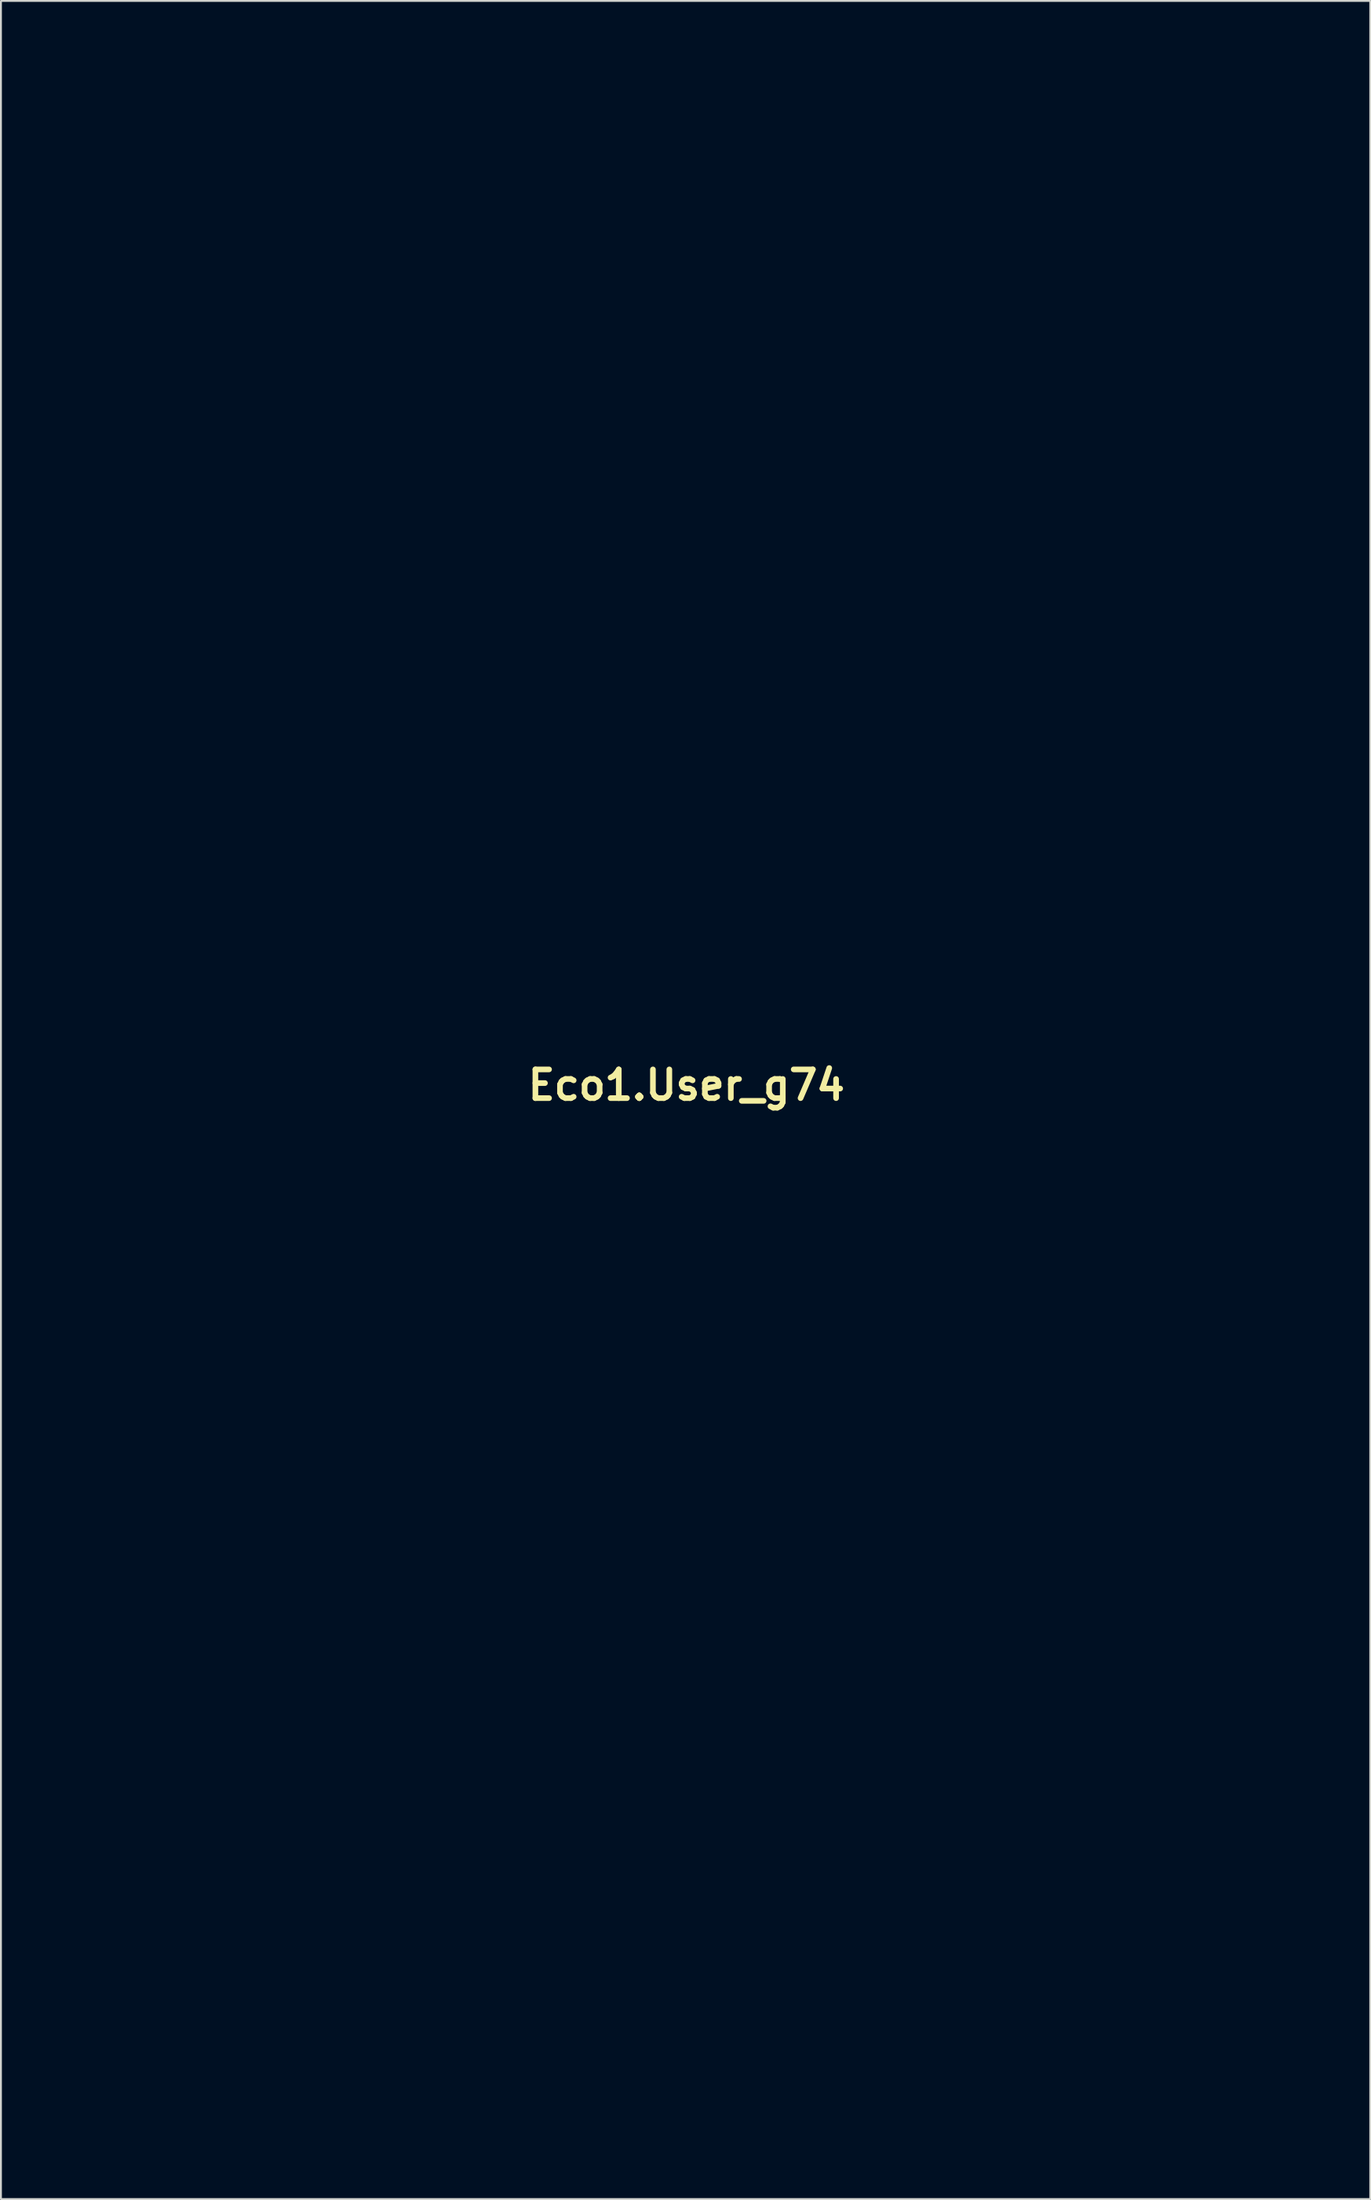
<source format=kicad_pcb>
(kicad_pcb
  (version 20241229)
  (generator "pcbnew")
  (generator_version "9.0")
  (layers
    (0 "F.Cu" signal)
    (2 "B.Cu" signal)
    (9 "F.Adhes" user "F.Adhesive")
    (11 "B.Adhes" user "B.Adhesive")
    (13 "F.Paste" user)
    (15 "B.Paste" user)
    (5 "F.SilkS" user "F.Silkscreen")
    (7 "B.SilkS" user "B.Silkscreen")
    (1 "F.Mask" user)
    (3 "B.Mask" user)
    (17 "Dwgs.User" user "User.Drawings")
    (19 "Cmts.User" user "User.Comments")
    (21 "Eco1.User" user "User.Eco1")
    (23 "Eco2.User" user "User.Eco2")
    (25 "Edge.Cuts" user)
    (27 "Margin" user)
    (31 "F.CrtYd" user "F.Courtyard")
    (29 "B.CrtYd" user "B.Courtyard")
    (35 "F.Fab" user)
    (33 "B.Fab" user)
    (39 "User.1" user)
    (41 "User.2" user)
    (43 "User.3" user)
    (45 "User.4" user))
  (footprint "Eco1.User_g74"
    (layer "F.Cu")
    (at 33.397 54.54)
    (property "Reference" "Eco1.User_g74" (at 0 0 0) (layer "F.SilkS") (effects (font (size 1.524 1.524) (thickness 0.3))))
    (attr through_hole)
    (fp_poly (pts (xy -29.099 -41.682) (xy -28.734 -41.317) (xy -29.454 -40.598) (xy -30.184 -41.328) (xy -29.824 -41.688) (xy -29.464 -42.047) (xy -29.099 -41.682)) (stroke (width 0.01) (type solid)) (fill no) (layer "Eco1.User"))
    (fp_poly (pts (xy -25.908 -32.141) (xy -26.273 -31.776) (xy -26.639 -31.411) (xy -26.998 -31.771) (xy -27.358 -32.131) (xy -26.628 -32.861) (xy -25.908 -32.141)) (stroke (width 0.01) (type solid)) (fill no) (layer "Eco1.User"))
    (fp_poly (pts (xy -4.054 -13.145) (xy -4.413 -12.785) (xy -4.773 -12.425) (xy -5.138 -12.79) (xy -5.503 -13.156) (xy -4.784 -13.874) (xy -4.054 -13.145)) (stroke (width 0.01) (type solid)) (fill no) (layer "Eco1.User"))
    (fp_poly (pts (xy 5.069 -38.502) (xy 5.429 -38.142) (xy 4.709 -37.423) (xy 3.99 -38.142) (xy 4.35 -38.502) (xy 4.71 -38.862) (xy 5.069 -38.502)) (stroke (width 0.01) (type solid)) (fill no) (layer "Eco1.User"))
    (fp_poly (pts (xy 8.255 -41.688) (xy 8.615 -41.328) (xy 8.25 -40.963) (xy 7.884 -40.598) (xy 7.165 -41.317) (xy 7.895 -42.047) (xy 8.255 -41.688)) (stroke (width 0.01) (type solid)) (fill no) (layer "Eco1.User"))
    (fp_poly (pts (xy 8.615 -7.143) (xy 7.884 -6.413) (xy 7.525 -6.773) (xy 7.165 -7.133) (xy 7.53 -7.498) (xy 7.895 -7.863) (xy 8.615 -7.143)) (stroke (width 0.01) (type solid)) (fill no) (layer "Eco1.User"))
    (fp_poly (pts (xy 11.44 -32.131) (xy 11.081 -31.771) (xy 10.721 -31.411) (xy 10.356 -31.777) (xy 9.991 -32.142) (xy 10.71 -32.861) (xy 11.44 -32.131)) (stroke (width 0.01) (type solid)) (fill no) (layer "Eco1.User"))
    (fp_poly (pts (xy -29.099 -7.498) (xy -28.734 -7.133) (xy -29.094 -6.773) (xy -29.454 -6.413) (xy -30.184 -7.144) (xy -29.824 -7.504) (xy -29.464 -7.863) (xy -29.099 -7.498)) (stroke (width 0.01) (type solid)) (fill no) (layer "Eco1.User"))
    (fp_poly (pts (xy 5.069 -23.177) (xy 5.429 -22.818) (xy 5.069 -22.458) (xy 4.709 -22.098) (xy 4.35 -22.458) (xy 3.99 -22.818) (xy 4.71 -23.537) (xy 5.069 -23.177)) (stroke (width 0.01) (type solid)) (fill no) (layer "Eco1.User"))
    (fp_poly (pts (xy -18.627 0.677) (xy -12.636 0.677) (xy -12.636 0.804) (xy -18.627 0.804) (xy -18.627 8.89) (xy -18.754 8.89) (xy -18.754 0.804) (xy -24.765 0.804) (xy -24.765 0.677) (xy -18.754 0.677) (xy -18.754 -3.747) (xy -18.627 -3.747) (xy -18.627 0.677)) (stroke (width 0.01) (type solid)) (fill no) (layer "Eco1.User"))
    (fp_poly (pts (xy 18.754 0.677) (xy 24.765 0.677) (xy 24.765 0.804) (xy 18.754 0.804) (xy 18.754 8.89) (xy 18.627 8.89) (xy 18.627 0.804) (xy 12.636 0.804) (xy 12.636 0.677) (xy 18.627 0.677) (xy 18.627 -3.747) (xy 18.754 -3.747) (xy 18.754 0.677)) (stroke (width 0.01) (type solid)) (fill no) (layer "Eco1.User"))
    (fp_poly (pts (xy -31.919 -50.642) (xy -32.274 -50.287) (xy -32.374 -50.187) (xy -32.466 -50.098) (xy -32.543 -50.024) (xy -32.603 -49.969) (xy -32.64 -49.938) (xy -32.65 -49.932) (xy -32.67 -49.947) (xy -32.716 -49.987) (xy -32.782 -50.049) (xy -32.865 -50.129) (xy -32.96 -50.222) (xy -33.02 -50.281) (xy -33.369 -50.631) (xy -32.639 -51.361) (xy -31.919 -50.642)) (stroke (width 0.01) (type solid)) (fill no) (layer "Eco1.User"))
    (fp_poly (pts (xy -31.909 -38.142) (xy -32.269 -37.783) (xy -32.369 -37.682) (xy -32.46 -37.593) (xy -32.537 -37.518) (xy -32.595 -37.462) (xy -32.63 -37.43) (xy -32.639 -37.423) (xy -32.656 -37.437) (xy -32.699 -37.477) (xy -32.764 -37.539) (xy -32.845 -37.619) (xy -32.94 -37.713) (xy -33.009 -37.783) (xy -33.369 -38.142) (xy -32.639 -38.872) (xy -31.909 -38.142)) (stroke (width 0.01) (type solid)) (fill no) (layer "Eco1.User"))
    (fp_poly (pts (xy -22.723 -47.816) (xy -23.082 -47.456) (xy -23.183 -47.355) (xy -23.274 -47.266) (xy -23.35 -47.191) (xy -23.408 -47.135) (xy -23.444 -47.103) (xy -23.453 -47.096) (xy -23.47 -47.11) (xy -23.513 -47.15) (xy -23.577 -47.213) (xy -23.659 -47.292) (xy -23.753 -47.386) (xy -23.823 -47.456) (xy -24.183 -47.816) (xy -23.453 -48.546) (xy -22.723 -47.816)) (stroke (width 0.01) (type solid)) (fill no) (layer "Eco1.User"))
    (fp_poly (pts (xy -22.723 -13.145) (xy -23.082 -12.785) (xy -23.183 -12.684) (xy -23.274 -12.595) (xy -23.35 -12.52) (xy -23.408 -12.464) (xy -23.444 -12.432) (xy -23.453 -12.425) (xy -23.47 -12.439) (xy -23.513 -12.479) (xy -23.577 -12.542) (xy -23.659 -12.621) (xy -23.753 -12.715) (xy -23.823 -12.785) (xy -24.183 -13.145) (xy -23.453 -13.875) (xy -22.723 -13.145)) (stroke (width 0.01) (type solid)) (fill no) (layer "Eco1.User"))
    (fp_poly (pts (xy -13.24 -38.142) (xy -13.6 -37.783) (xy -13.7 -37.682) (xy -13.791 -37.593) (xy -13.868 -37.518) (xy -13.926 -37.462) (xy -13.961 -37.43) (xy -13.97 -37.423) (xy -13.987 -37.437) (xy -14.03 -37.477) (xy -14.095 -37.539) (xy -14.176 -37.619) (xy -14.271 -37.713) (xy -14.34 -37.783) (xy -14.7 -38.142) (xy -13.97 -38.872) (xy -13.24 -38.142)) (stroke (width 0.01) (type solid)) (fill no) (layer "Eco1.User"))
    (fp_poly (pts (xy -7.229 -32.131) (xy -7.588 -31.771) (xy -7.689 -31.671) (xy -7.78 -31.581) (xy -7.856 -31.506) (xy -7.914 -31.451) (xy -7.95 -31.418) (xy -7.959 -31.411) (xy -7.976 -31.426) (xy -8.019 -31.466) (xy -8.083 -31.528) (xy -8.165 -31.608) (xy -8.259 -31.701) (xy -8.329 -31.771) (xy -8.689 -32.131) (xy -7.959 -32.861) (xy -7.229 -32.131)) (stroke (width 0.01) (type solid)) (fill no) (layer "Eco1.User"))
    (fp_poly (pts (xy -7.229 -28.829) (xy -7.588 -28.469) (xy -7.689 -28.369) (xy -7.78 -28.279) (xy -7.856 -28.204) (xy -7.914 -28.149) (xy -7.95 -28.116) (xy -7.959 -28.109) (xy -7.976 -28.124) (xy -8.019 -28.164) (xy -8.083 -28.226) (xy -8.165 -28.306) (xy -8.259 -28.399) (xy -8.329 -28.469) (xy -8.689 -28.829) (xy -7.959 -29.559) (xy -7.229 -28.829)) (stroke (width 0.01) (type solid)) (fill no) (layer "Eco1.User"))
    (fp_poly (pts (xy -4.054 -35.306) (xy -4.403 -34.957) (xy -4.502 -34.858) (xy -4.593 -34.77) (xy -4.67 -34.697) (xy -4.728 -34.643) (xy -4.764 -34.613) (xy -4.773 -34.608) (xy -4.794 -34.622) (xy -4.839 -34.662) (xy -4.906 -34.724) (xy -4.989 -34.804) (xy -5.084 -34.898) (xy -5.149 -34.962) (xy -5.503 -35.317) (xy -4.784 -36.036) (xy -4.054 -35.306)) (stroke (width 0.01) (type solid)) (fill no) (layer "Eco1.User"))
    (fp_poly (pts (xy 14.256 -13.526) (xy 14.355 -13.426) (xy 14.443 -13.335) (xy 14.516 -13.259) (xy 14.57 -13.2) (xy 14.6 -13.164) (xy 14.605 -13.155) (xy 14.591 -13.135) (xy 14.55 -13.089) (xy 14.488 -13.022) (xy 14.408 -12.939) (xy 14.315 -12.844) (xy 14.25 -12.779) (xy 13.895 -12.425) (xy 13.177 -13.145) (xy 13.906 -13.874) (xy 14.256 -13.526)) (stroke (width 0.01) (type solid)) (fill no) (layer "Eco1.User"))
    (fp_poly (pts (xy 24.109 -50.642) (xy 23.755 -50.287) (xy 23.654 -50.187) (xy 23.563 -50.098) (xy 23.485 -50.024) (xy 23.425 -49.969) (xy 23.388 -49.938) (xy 23.379 -49.932) (xy 23.358 -49.947) (xy 23.312 -49.987) (xy 23.246 -50.049) (xy 23.163 -50.129) (xy 23.068 -50.222) (xy 23.008 -50.281) (xy 22.659 -50.631) (xy 23.389 -51.361) (xy 24.109 -50.642)) (stroke (width 0.01) (type solid)) (fill no) (layer "Eco1.User"))
    (fp_poly (pts (xy 27.294 -7.133) (xy 26.945 -6.784) (xy 26.845 -6.685) (xy 26.755 -6.597) (xy 26.678 -6.524) (xy 26.62 -6.47) (xy 26.584 -6.44) (xy 26.575 -6.435) (xy 26.554 -6.449) (xy 26.509 -6.489) (xy 26.442 -6.552) (xy 26.359 -6.632) (xy 26.264 -6.725) (xy 26.199 -6.789) (xy 25.844 -7.144) (xy 26.564 -7.863) (xy 27.294 -7.133)) (stroke (width 0.01) (type solid)) (fill no) (layer "Eco1.User"))
    (fp_poly (pts (xy 29.749 -32.512) (xy 29.848 -32.413) (xy 29.937 -32.322) (xy 30.01 -32.246) (xy 30.064 -32.187) (xy 30.094 -32.151) (xy 30.099 -32.142) (xy 30.085 -32.122) (xy 30.044 -32.076) (xy 29.982 -32.009) (xy 29.902 -31.926) (xy 29.809 -31.83) (xy 29.744 -31.766) (xy 29.389 -31.411) (xy 28.671 -32.131) (xy 29.399 -32.86) (xy 29.749 -32.512)) (stroke (width 0.01) (type solid)) (fill no) (layer "Eco1.User"))
    (fp_poly (pts (xy -26.273 -29.184) (xy -25.908 -28.819) (xy -26.262 -28.464) (xy -26.362 -28.364) (xy -26.452 -28.276) (xy -26.528 -28.202) (xy -26.585 -28.147) (xy -26.62 -28.115) (xy -26.628 -28.109) (xy -26.645 -28.124) (xy -26.688 -28.164) (xy -26.752 -28.226) (xy -26.834 -28.306) (xy -26.928 -28.399) (xy -26.998 -28.469) (xy -27.357 -28.829) (xy -26.639 -29.549) (xy -26.273 -29.184)) (stroke (width 0.01) (type solid)) (fill no) (layer "Eco1.User"))
    (fp_poly (pts (xy -13.605 -50.996) (xy -13.24 -50.631) (xy -13.589 -50.281) (xy -13.689 -50.182) (xy -13.779 -50.094) (xy -13.856 -50.021) (xy -13.915 -49.968) (xy -13.951 -49.937) (xy -13.959 -49.932) (xy -13.98 -49.947) (xy -14.026 -49.987) (xy -14.092 -50.049) (xy -14.175 -50.129) (xy -14.271 -50.222) (xy -14.335 -50.287) (xy -14.69 -50.642) (xy -13.97 -51.361) (xy -13.605 -50.996)) (stroke (width 0.01) (type solid)) (fill no) (layer "Eco1.User"))
    (fp_poly (pts (xy -10.43 -41.682) (xy -10.065 -41.317) (xy -10.785 -40.598) (xy -11.139 -40.952) (xy -11.239 -41.053) (xy -11.328 -41.144) (xy -11.402 -41.222) (xy -11.456 -41.282) (xy -11.488 -41.319) (xy -11.493 -41.328) (xy -11.479 -41.349) (xy -11.439 -41.394) (xy -11.377 -41.461) (xy -11.297 -41.544) (xy -11.204 -41.638) (xy -11.144 -41.698) (xy -10.795 -42.047) (xy -10.43 -41.682)) (stroke (width 0.01) (type solid)) (fill no) (layer "Eco1.User"))
    (fp_poly (pts (xy 23.754 -38.507) (xy 24.119 -38.143) (xy 23.76 -37.783) (xy 23.659 -37.682) (xy 23.568 -37.593) (xy 23.492 -37.518) (xy 23.434 -37.462) (xy 23.398 -37.43) (xy 23.389 -37.423) (xy 23.372 -37.437) (xy 23.329 -37.477) (xy 23.264 -37.539) (xy 23.183 -37.619) (xy 23.089 -37.713) (xy 23.019 -37.783) (xy 22.659 -38.142) (xy 23.388 -38.871) (xy 23.754 -38.507)) (stroke (width 0.01) (type solid)) (fill no) (layer "Eco1.User"))
    (fp_poly (pts (xy 24.119 -22.818) (xy 23.76 -22.458) (xy 23.659 -22.357) (xy 23.568 -22.268) (xy 23.492 -22.193) (xy 23.434 -22.137) (xy 23.398 -22.105) (xy 23.389 -22.098) (xy 23.372 -22.112) (xy 23.329 -22.153) (xy 23.264 -22.215) (xy 23.183 -22.295) (xy 23.089 -22.388) (xy 23.019 -22.458) (xy 22.659 -22.818) (xy 23.024 -23.183) (xy 23.389 -23.548) (xy 24.119 -22.818)) (stroke (width 0.01) (type solid)) (fill no) (layer "Eco1.User"))
    (fp_poly (pts (xy 32.935 -35.676) (xy 33.295 -35.317) (xy 32.941 -34.962) (xy 32.84 -34.863) (xy 32.749 -34.774) (xy 32.672 -34.701) (xy 32.612 -34.647) (xy 32.575 -34.616) (xy 32.565 -34.611) (xy 32.545 -34.626) (xy 32.5 -34.668) (xy 32.434 -34.731) (xy 32.352 -34.812) (xy 32.258 -34.907) (xy 32.2 -34.966) (xy 31.856 -35.317) (xy 32.575 -36.036) (xy 32.935 -35.676)) (stroke (width 0.01) (type solid)) (fill no) (layer "Eco1.User"))
    (fp_poly (pts (xy -32.274 -23.183) (xy -31.909 -22.818) (xy -32.269 -22.458) (xy -32.369 -22.357) (xy -32.46 -22.268) (xy -32.537 -22.193) (xy -32.595 -22.137) (xy -32.63 -22.105) (xy -32.639 -22.098) (xy -32.656 -22.112) (xy -32.699 -22.153) (xy -32.764 -22.215) (xy -32.845 -22.295) (xy -32.94 -22.388) (xy -33.009 -22.458) (xy -33.369 -22.818) (xy -33.004 -23.183) (xy -32.639 -23.548) (xy -32.274 -23.183)) (stroke (width 0.01) (type solid)) (fill no) (layer "Eco1.User"))
    (fp_poly (pts (xy -29.094 -20.003) (xy -28.734 -19.643) (xy -29.094 -19.283) (xy -29.194 -19.182) (xy -29.285 -19.093) (xy -29.362 -19.018) (xy -29.42 -18.962) (xy -29.455 -18.93) (xy -29.464 -18.923) (xy -29.481 -18.937) (xy -29.524 -18.978) (xy -29.589 -19.04) (xy -29.67 -19.119) (xy -29.764 -19.212) (xy -29.829 -19.278) (xy -30.184 -19.633) (xy -29.818 -19.997) (xy -29.453 -20.362) (xy -29.094 -20.003)) (stroke (width 0.01) (type solid)) (fill no) (layer "Eco1.User"))
    (fp_poly (pts (xy -23.093 -35.676) (xy -22.733 -35.317) (xy -23.087 -34.962) (xy -23.187 -34.863) (xy -23.277 -34.774) (xy -23.353 -34.7) (xy -23.41 -34.645) (xy -23.445 -34.614) (xy -23.453 -34.608) (xy -23.47 -34.622) (xy -23.513 -34.662) (xy -23.577 -34.724) (xy -23.659 -34.804) (xy -23.753 -34.897) (xy -23.818 -34.962) (xy -24.172 -35.317) (xy -23.813 -35.676) (xy -23.453 -36.036) (xy -23.093 -35.676)) (stroke (width 0.01) (type solid)) (fill no) (layer "Eco1.User"))
    (fp_poly (pts (xy -23.093 -26.003) (xy -22.733 -25.644) (xy -23.087 -25.289) (xy -23.187 -25.189) (xy -23.277 -25.101) (xy -23.353 -25.027) (xy -23.41 -24.972) (xy -23.445 -24.94) (xy -23.453 -24.934) (xy -23.47 -24.949) (xy -23.513 -24.989) (xy -23.577 -25.051) (xy -23.659 -25.131) (xy -23.753 -25.224) (xy -23.818 -25.289) (xy -24.172 -25.644) (xy -23.813 -26.003) (xy -23.453 -26.363) (xy -23.093 -26.003)) (stroke (width 0.01) (type solid)) (fill no) (layer "Eco1.User"))
    (fp_poly (pts (xy -13.605 -23.183) (xy -13.24 -22.818) (xy -13.6 -22.458) (xy -13.7 -22.357) (xy -13.791 -22.268) (xy -13.868 -22.193) (xy -13.926 -22.137) (xy -13.961 -22.105) (xy -13.97 -22.098) (xy -13.987 -22.112) (xy -14.03 -22.153) (xy -14.095 -22.215) (xy -14.176 -22.295) (xy -14.271 -22.388) (xy -14.34 -22.458) (xy -14.7 -22.818) (xy -14.335 -23.183) (xy -13.97 -23.548) (xy -13.605 -23.183)) (stroke (width 0.01) (type solid)) (fill no) (layer "Eco1.User"))
    (fp_poly (pts (xy -7.599 -44.99) (xy -7.239 -44.63) (xy -7.593 -44.276) (xy -7.693 -44.176) (xy -7.783 -44.087) (xy -7.859 -44.013) (xy -7.916 -43.958) (xy -7.951 -43.927) (xy -7.959 -43.921) (xy -7.976 -43.935) (xy -8.019 -43.975) (xy -8.083 -44.037) (xy -8.165 -44.117) (xy -8.259 -44.21) (xy -8.324 -44.276) (xy -8.678 -44.63) (xy -8.319 -44.99) (xy -7.959 -45.349) (xy -7.599 -44.99)) (stroke (width 0.01) (type solid)) (fill no) (layer "Eco1.User"))
    (fp_poly (pts (xy -7.599 -16.69) (xy -7.239 -16.331) (xy -7.593 -15.976) (xy -7.693 -15.876) (xy -7.783 -15.787) (xy -7.859 -15.713) (xy -7.916 -15.659) (xy -7.951 -15.627) (xy -7.959 -15.621) (xy -7.976 -15.635) (xy -8.019 -15.676) (xy -8.083 -15.738) (xy -8.165 -15.817) (xy -8.259 -15.91) (xy -8.324 -15.976) (xy -8.678 -16.331) (xy -8.319 -16.69) (xy -7.959 -17.049) (xy -7.599 -16.69)) (stroke (width 0.01) (type solid)) (fill no) (layer "Eco1.User"))
    (fp_poly (pts (xy -4.413 -48.175) (xy -4.054 -47.816) (xy -4.413 -47.456) (xy -4.514 -47.355) (xy -4.605 -47.266) (xy -4.681 -47.191) (xy -4.739 -47.135) (xy -4.775 -47.103) (xy -4.784 -47.096) (xy -4.801 -47.11) (xy -4.844 -47.15) (xy -4.908 -47.212) (xy -4.99 -47.292) (xy -5.084 -47.385) (xy -5.149 -47.451) (xy -5.503 -47.805) (xy -5.138 -48.17) (xy -4.773 -48.535) (xy -4.413 -48.175)) (stroke (width 0.01) (type solid)) (fill no) (layer "Eco1.User"))
    (fp_poly (pts (xy 8.249 -19.997) (xy 8.615 -19.633) (xy 8.261 -19.278) (xy 8.161 -19.178) (xy 8.071 -19.089) (xy 7.995 -19.015) (xy 7.938 -18.961) (xy 7.903 -18.929) (xy 7.895 -18.923) (xy 7.878 -18.937) (xy 7.835 -18.978) (xy 7.77 -19.04) (xy 7.689 -19.12) (xy 7.595 -19.213) (xy 7.525 -19.283) (xy 7.165 -19.643) (xy 7.525 -20.003) (xy 7.884 -20.362) (xy 8.249 -19.997)) (stroke (width 0.01) (type solid)) (fill no) (layer "Eco1.User"))
    (fp_poly (pts (xy 11.081 -29.189) (xy 11.44 -28.829) (xy 11.081 -28.469) (xy 10.98 -28.369) (xy 10.889 -28.279) (xy 10.813 -28.204) (xy 10.755 -28.149) (xy 10.719 -28.116) (xy 10.71 -28.109) (xy 10.693 -28.124) (xy 10.65 -28.164) (xy 10.586 -28.226) (xy 10.504 -28.306) (xy 10.41 -28.399) (xy 10.345 -28.464) (xy 9.991 -28.819) (xy 10.356 -29.184) (xy 10.721 -29.549) (xy 11.081 -29.189)) (stroke (width 0.01) (type solid)) (fill no) (layer "Eco1.User"))
    (fp_poly (pts (xy 26.924 -54.176) (xy 27.284 -53.817) (xy 26.93 -53.462) (xy 26.83 -53.362) (xy 26.74 -53.273) (xy 26.664 -53.2) (xy 26.607 -53.145) (xy 26.572 -53.113) (xy 26.564 -53.107) (xy 26.547 -53.122) (xy 26.504 -53.162) (xy 26.44 -53.224) (xy 26.358 -53.303) (xy 26.264 -53.397) (xy 26.199 -53.462) (xy 25.844 -53.817) (xy 26.204 -54.176) (xy 26.564 -54.535) (xy 26.924 -54.176)) (stroke (width 0.01) (type solid)) (fill no) (layer "Eco1.User"))
    (fp_poly (pts (xy 26.929 -41.682) (xy 27.294 -41.317) (xy 26.935 -40.958) (xy 26.834 -40.857) (xy 26.743 -40.768) (xy 26.667 -40.694) (xy 26.609 -40.639) (xy 26.573 -40.607) (xy 26.564 -40.601) (xy 26.547 -40.616) (xy 26.505 -40.658) (xy 26.441 -40.721) (xy 26.36 -40.802) (xy 26.267 -40.897) (xy 26.199 -40.966) (xy 25.845 -41.329) (xy 26.205 -41.688) (xy 26.564 -42.047) (xy 26.929 -41.682)) (stroke (width 0.01) (type solid)) (fill no) (layer "Eco1.User"))
    (fp_poly (pts (xy 32.93 -48.17) (xy 33.295 -47.805) (xy 32.941 -47.451) (xy 32.841 -47.351) (xy 32.751 -47.262) (xy 32.675 -47.188) (xy 32.618 -47.133) (xy 32.584 -47.102) (xy 32.575 -47.096) (xy 32.558 -47.11) (xy 32.515 -47.15) (xy 32.451 -47.213) (xy 32.369 -47.292) (xy 32.275 -47.386) (xy 32.205 -47.456) (xy 31.846 -47.816) (xy 32.205 -48.175) (xy 32.564 -48.535) (xy 32.93 -48.17)) (stroke (width 0.01) (type solid)) (fill no) (layer "Eco1.User"))
    (fp_poly (pts (xy 32.935 -26.003) (xy 33.295 -25.644) (xy 32.941 -25.289) (xy 32.841 -25.189) (xy 32.751 -25.101) (xy 32.675 -25.027) (xy 32.618 -24.972) (xy 32.584 -24.94) (xy 32.575 -24.934) (xy 32.558 -24.949) (xy 32.515 -24.989) (xy 32.451 -25.051) (xy 32.37 -25.131) (xy 32.276 -25.224) (xy 32.21 -25.289) (xy 31.856 -25.644) (xy 32.216 -26.003) (xy 32.575 -26.363) (xy 32.935 -26.003)) (stroke (width 0.01) (type solid)) (fill no) (layer "Eco1.User"))
    (fp_poly (pts (xy 32.94 -13.51) (xy 33.305 -13.145) (xy 32.967 -12.805) (xy 32.868 -12.706) (xy 32.777 -12.616) (xy 32.7 -12.541) (xy 32.64 -12.485) (xy 32.603 -12.452) (xy 32.595 -12.446) (xy 32.578 -12.446) (xy 32.548 -12.463) (xy 32.502 -12.499) (xy 32.438 -12.557) (xy 32.352 -12.639) (xy 32.241 -12.749) (xy 32.204 -12.786) (xy 31.846 -13.145) (xy 32.575 -13.875) (xy 32.94 -13.51)) (stroke (width 0.01) (type solid)) (fill no) (layer "Eco1.User"))
    (fp_poly (pts (xy -32.629 -11.013) (xy -32.583 -10.973) (xy -32.517 -10.911) (xy -32.434 -10.831) (xy -32.338 -10.738) (xy -32.274 -10.673) (xy -31.919 -10.318) (xy -32.274 -9.964) (xy -32.374 -9.864) (xy -32.464 -9.776) (xy -32.54 -9.702) (xy -32.597 -9.647) (xy -32.631 -9.616) (xy -32.639 -9.61) (xy -32.657 -9.624) (xy -32.7 -9.664) (xy -32.764 -9.726) (xy -32.845 -9.806) (xy -32.939 -9.9) (xy -33.009 -9.969) (xy -33.369 -10.329) (xy -33.02 -10.679) (xy -32.92 -10.778) (xy -32.83 -10.866) (xy -32.753 -10.939) (xy -32.694 -10.992) (xy -32.658 -11.023) (xy -32.65 -11.028) (xy -32.629 -11.013)) (stroke (width 0.01) (type solid)) (fill no) (layer "Eco1.User"))
    (fp_poly (pts (xy -29.433 -54.511) (xy -29.387 -54.471) (xy -29.321 -54.409) (xy -29.238 -54.329) (xy -29.143 -54.236) (xy -29.083 -54.176) (xy -28.734 -53.827) (xy -29.094 -53.467) (xy -29.194 -53.367) (xy -29.285 -53.277) (xy -29.362 -53.202) (xy -29.42 -53.147) (xy -29.455 -53.114) (xy -29.464 -53.107) (xy -29.481 -53.122) (xy -29.524 -53.162) (xy -29.589 -53.224) (xy -29.67 -53.303) (xy -29.764 -53.397) (xy -29.829 -53.462) (xy -30.184 -53.817) (xy -29.829 -54.171) (xy -29.728 -54.271) (xy -29.637 -54.36) (xy -29.559 -54.433) (xy -29.5 -54.488) (xy -29.463 -54.519) (xy -29.453 -54.525) (xy -29.433 -54.511)) (stroke (width 0.01) (type solid)) (fill no) (layer "Eco1.User"))
    (fp_poly (pts (xy -13.939 -11.013) (xy -13.893 -10.973) (xy -13.827 -10.911) (xy -13.744 -10.831) (xy -13.649 -10.738) (xy -13.589 -10.679) (xy -13.24 -10.329) (xy -13.6 -9.969) (xy -13.7 -9.869) (xy -13.791 -9.779) (xy -13.868 -9.705) (xy -13.926 -9.649) (xy -13.961 -9.617) (xy -13.97 -9.61) (xy -13.987 -9.624) (xy -14.03 -9.664) (xy -14.095 -9.726) (xy -14.176 -9.806) (xy -14.27 -9.899) (xy -14.335 -9.964) (xy -14.69 -10.319) (xy -14.335 -10.674) (xy -14.234 -10.773) (xy -14.143 -10.862) (xy -14.065 -10.936) (xy -14.006 -10.991) (xy -13.969 -11.022) (xy -13.959 -11.028) (xy -13.939 -11.013)) (stroke (width 0.01) (type solid)) (fill no) (layer "Eco1.User"))
    (fp_poly (pts (xy 7.905 -54.511) (xy 7.951 -54.471) (xy 8.017 -54.408) (xy 8.101 -54.328) (xy 8.196 -54.235) (xy 8.261 -54.171) (xy 8.615 -53.816) (xy 8.26 -53.461) (xy 8.16 -53.362) (xy 8.07 -53.273) (xy 7.994 -53.199) (xy 7.937 -53.145) (xy 7.903 -53.113) (xy 7.895 -53.107) (xy 7.877 -53.122) (xy 7.835 -53.162) (xy 7.77 -53.224) (xy 7.689 -53.304) (xy 7.595 -53.397) (xy 7.525 -53.467) (xy 7.165 -53.827) (xy 7.514 -54.176) (xy 7.614 -54.275) (xy 7.704 -54.363) (xy 7.781 -54.436) (xy 7.84 -54.49) (xy 7.876 -54.52) (xy 7.885 -54.525) (xy 7.905 -54.511)) (stroke (width 0.01) (type solid)) (fill no) (layer "Eco1.User"))
    (fp_poly (pts (xy 14.25 -48.181) (xy 14.35 -48.08) (xy 14.439 -47.989) (xy 14.513 -47.911) (xy 14.568 -47.852) (xy 14.599 -47.815) (xy 14.605 -47.805) (xy 14.591 -47.785) (xy 14.551 -47.742) (xy 14.492 -47.678) (xy 14.418 -47.601) (xy 14.334 -47.515) (xy 14.246 -47.425) (xy 14.158 -47.337) (xy 14.076 -47.255) (xy 14.005 -47.185) (xy 13.949 -47.132) (xy 13.915 -47.101) (xy 13.906 -47.096) (xy 13.889 -47.11) (xy 13.846 -47.15) (xy 13.782 -47.213) (xy 13.7 -47.292) (xy 13.606 -47.386) (xy 13.536 -47.456) (xy 13.177 -47.816) (xy 13.536 -48.175) (xy 13.895 -48.535) (xy 14.25 -48.181)) (stroke (width 0.01) (type solid)) (fill no) (layer "Eco1.User"))
    (fp_poly (pts (xy 23.399 -11.013) (xy 23.445 -10.973) (xy 23.511 -10.911) (xy 23.595 -10.831) (xy 23.69 -10.738) (xy 23.755 -10.673) (xy 24.109 -10.318) (xy 23.754 -9.964) (xy 23.654 -9.864) (xy 23.564 -9.776) (xy 23.488 -9.702) (xy 23.431 -9.647) (xy 23.397 -9.616) (xy 23.389 -9.61) (xy 23.371 -9.624) (xy 23.329 -9.664) (xy 23.264 -9.726) (xy 23.183 -9.806) (xy 23.089 -9.9) (xy 23.019 -9.969) (xy 22.659 -10.329) (xy 23.008 -10.679) (xy 23.108 -10.778) (xy 23.198 -10.866) (xy 23.275 -10.939) (xy 23.334 -10.992) (xy 23.37 -11.023) (xy 23.379 -11.028) (xy 23.399 -11.013)) (stroke (width 0.01) (type solid)) (fill no) (layer "Eco1.User"))
    (fp_poly (pts (xy 26.596 -20.327) (xy 26.641 -20.286) (xy 26.708 -20.224) (xy 26.79 -20.145) (xy 26.885 -20.052) (xy 26.945 -19.992) (xy 27.294 -19.643) (xy 26.935 -19.283) (xy 26.834 -19.182) (xy 26.743 -19.093) (xy 26.667 -19.018) (xy 26.609 -18.962) (xy 26.573 -18.93) (xy 26.564 -18.923) (xy 26.547 -18.937) (xy 26.504 -18.978) (xy 26.44 -19.04) (xy 26.358 -19.119) (xy 26.264 -19.212) (xy 26.199 -19.278) (xy 25.844 -19.633) (xy 26.199 -19.987) (xy 26.3 -20.087) (xy 26.391 -20.175) (xy 26.469 -20.249) (xy 26.528 -20.304) (xy 26.565 -20.335) (xy 26.575 -20.341) (xy 26.596 -20.327)) (stroke (width 0.01) (type solid)) (fill no) (layer "Eco1.User"))
    (fp_poly (pts (xy 29.744 -29.194) (xy 29.844 -29.094) (xy 29.933 -29.002) (xy 30.007 -28.925) (xy 30.062 -28.865) (xy 30.093 -28.828) (xy 30.099 -28.818) (xy 30.085 -28.799) (xy 30.045 -28.755) (xy 29.986 -28.692) (xy 29.912 -28.615) (xy 29.828 -28.528) (xy 29.74 -28.438) (xy 29.652 -28.35) (xy 29.57 -28.268) (xy 29.499 -28.198) (xy 29.443 -28.145) (xy 29.409 -28.115) (xy 29.4 -28.109) (xy 29.383 -28.124) (xy 29.34 -28.164) (xy 29.276 -28.226) (xy 29.194 -28.306) (xy 29.1 -28.399) (xy 29.03 -28.469) (xy 28.671 -28.829) (xy 29.03 -29.189) (xy 29.389 -29.549) (xy 29.744 -29.194)) (stroke (width 0.01) (type solid)) (fill no) (layer "Eco1.User"))
    (fp_poly (pts (xy -26.617 -45.325) (xy -26.572 -45.284) (xy -26.505 -45.222) (xy -26.422 -45.142) (xy -26.327 -45.049) (xy -26.262 -44.984) (xy -25.908 -44.629) (xy -26.263 -44.275) (xy -26.363 -44.175) (xy -26.455 -44.087) (xy -26.532 -44.013) (xy -26.592 -43.958) (xy -26.629 -43.927) (xy -26.639 -43.921) (xy -26.659 -43.935) (xy -26.705 -43.976) (xy -26.771 -44.038) (xy -26.854 -44.117) (xy -26.948 -44.21) (xy -27.004 -44.265) (xy -27.102 -44.364) (xy -27.189 -44.454) (xy -27.261 -44.53) (xy -27.314 -44.588) (xy -27.343 -44.623) (xy -27.347 -44.63) (xy -27.333 -44.651) (xy -27.293 -44.696) (xy -27.233 -44.76) (xy -27.158 -44.838) (xy -27.073 -44.925) (xy -26.983 -45.014) (xy -26.894 -45.103) (xy -26.811 -45.184) (xy -26.738 -45.253) (xy -26.682 -45.305) (xy -26.646 -45.334) (xy -26.638 -45.339) (xy -26.617 -45.325)) (stroke (width 0.01) (type solid)) (fill no) (layer "Eco1.User"))
    (fp_poly (pts (xy -26.617 -17.025) (xy -26.572 -16.984) (xy -26.505 -16.922) (xy -26.422 -16.842) (xy -26.327 -16.749) (xy -26.262 -16.684) (xy -25.908 -16.33) (xy -26.263 -15.975) (xy -26.363 -15.876) (xy -26.455 -15.787) (xy -26.532 -15.713) (xy -26.592 -15.658) (xy -26.629 -15.627) (xy -26.639 -15.621) (xy -26.659 -15.635) (xy -26.705 -15.676) (xy -26.771 -15.738) (xy -26.854 -15.817) (xy -26.948 -15.91) (xy -27.004 -15.965) (xy -27.102 -16.064) (xy -27.189 -16.154) (xy -27.261 -16.23) (xy -27.314 -16.288) (xy -27.343 -16.323) (xy -27.347 -16.331) (xy -27.333 -16.352) (xy -27.293 -16.397) (xy -27.233 -16.461) (xy -27.158 -16.538) (xy -27.073 -16.625) (xy -26.983 -16.715) (xy -26.894 -16.803) (xy -26.811 -16.884) (xy -26.738 -16.953) (xy -26.682 -17.005) (xy -26.646 -17.034) (xy -26.638 -17.039) (xy -26.617 -17.025)) (stroke (width 0.01) (type solid)) (fill no) (layer "Eco1.User"))
    (fp_poly (pts (xy -10.763 -7.838) (xy -10.718 -7.799) (xy -10.654 -7.739) (xy -10.576 -7.664) (xy -10.49 -7.579) (xy -10.4 -7.489) (xy -10.312 -7.4) (xy -10.231 -7.316) (xy -10.161 -7.244) (xy -10.11 -7.187) (xy -10.08 -7.152) (xy -10.075 -7.143) (xy -10.09 -7.123) (xy -10.13 -7.077) (xy -10.192 -7.011) (xy -10.272 -6.928) (xy -10.366 -6.833) (xy -10.43 -6.768) (xy -10.785 -6.413) (xy -11.139 -6.768) (xy -11.239 -6.869) (xy -11.328 -6.96) (xy -11.402 -7.038) (xy -11.456 -7.097) (xy -11.488 -7.134) (xy -11.493 -7.144) (xy -11.479 -7.165) (xy -11.439 -7.21) (xy -11.379 -7.274) (xy -11.304 -7.352) (xy -11.219 -7.438) (xy -11.13 -7.528) (xy -11.041 -7.616) (xy -10.957 -7.698) (xy -10.885 -7.767) (xy -10.828 -7.819) (xy -10.793 -7.848) (xy -10.784 -7.853) (xy -10.763 -7.838)) (stroke (width 0.01) (type solid)) (fill no) (layer "Eco1.User"))
    (fp_poly (pts (xy -10.43 -20.008) (xy -10.33 -19.907) (xy -10.241 -19.816) (xy -10.167 -19.738) (xy -10.113 -19.678) (xy -10.081 -19.641) (xy -10.075 -19.632) (xy -10.09 -19.611) (xy -10.13 -19.566) (xy -10.19 -19.502) (xy -10.265 -19.424) (xy -10.35 -19.337) (xy -10.439 -19.248) (xy -10.528 -19.159) (xy -10.612 -19.078) (xy -10.684 -19.009) (xy -10.741 -18.957) (xy -10.776 -18.928) (xy -10.785 -18.923) (xy -10.805 -18.937) (xy -10.851 -18.978) (xy -10.917 -19.04) (xy -11 -19.119) (xy -11.094 -19.212) (xy -11.15 -19.267) (xy -11.248 -19.366) (xy -11.335 -19.456) (xy -11.407 -19.532) (xy -11.46 -19.59) (xy -11.489 -19.625) (xy -11.493 -19.633) (xy -11.479 -19.653) (xy -11.439 -19.698) (xy -11.377 -19.765) (xy -11.297 -19.848) (xy -11.203 -19.943) (xy -11.139 -20.008) (xy -10.784 -20.362) (xy -10.43 -20.008)) (stroke (width 0.01) (type solid)) (fill no) (layer "Eco1.User"))
    (fp_poly (pts (xy -4.752 -26.338) (xy -4.707 -26.298) (xy -4.643 -26.238) (xy -4.565 -26.163) (xy -4.478 -26.078) (xy -4.389 -25.989) (xy -4.3 -25.9) (xy -4.219 -25.816) (xy -4.15 -25.743) (xy -4.098 -25.687) (xy -4.069 -25.651) (xy -4.064 -25.643) (xy -4.078 -25.622) (xy -4.118 -25.577) (xy -4.178 -25.513) (xy -4.253 -25.435) (xy -4.339 -25.349) (xy -4.428 -25.259) (xy -4.517 -25.171) (xy -4.601 -25.09) (xy -4.674 -25.021) (xy -4.73 -24.969) (xy -4.766 -24.939) (xy -4.775 -24.934) (xy -4.795 -24.949) (xy -4.84 -24.989) (xy -4.906 -25.051) (xy -4.989 -25.131) (xy -5.084 -25.224) (xy -5.149 -25.289) (xy -5.503 -25.644) (xy -5.149 -25.998) (xy -5.048 -26.098) (xy -4.957 -26.187) (xy -4.879 -26.261) (xy -4.82 -26.315) (xy -4.783 -26.347) (xy -4.773 -26.352) (xy -4.752 -26.338)) (stroke (width 0.01) (type solid)) (fill no) (layer "Eco1.User"))
    (fp_poly (pts (xy 10.742 -45.325) (xy 10.787 -45.285) (xy 10.851 -45.225) (xy 10.929 -45.15) (xy 11.015 -45.065) (xy 11.105 -44.975) (xy 11.193 -44.886) (xy 11.275 -44.803) (xy 11.344 -44.73) (xy 11.396 -44.674) (xy 11.425 -44.639) (xy 11.43 -44.63) (xy 11.416 -44.609) (xy 11.376 -44.564) (xy 11.316 -44.5) (xy 11.241 -44.422) (xy 11.156 -44.335) (xy 11.066 -44.245) (xy 10.977 -44.157) (xy 10.894 -44.076) (xy 10.821 -44.007) (xy 10.764 -43.955) (xy 10.729 -43.926) (xy 10.72 -43.921) (xy 10.7 -43.935) (xy 10.655 -43.976) (xy 10.588 -44.038) (xy 10.505 -44.118) (xy 10.41 -44.211) (xy 10.345 -44.276) (xy 9.991 -44.63) (xy 10.345 -44.985) (xy 10.446 -45.084) (xy 10.537 -45.173) (xy 10.615 -45.247) (xy 10.674 -45.302) (xy 10.711 -45.333) (xy 10.721 -45.339) (xy 10.742 -45.325)) (stroke (width 0.01) (type solid)) (fill no) (layer "Eco1.User"))
    (fp_poly (pts (xy 10.742 -17.025) (xy 10.787 -16.985) (xy 10.851 -16.925) (xy 10.929 -16.85) (xy 11.015 -16.765) (xy 11.105 -16.676) (xy 11.193 -16.587) (xy 11.275 -16.503) (xy 11.344 -16.431) (xy 11.396 -16.374) (xy 11.425 -16.339) (xy 11.43 -16.33) (xy 11.416 -16.309) (xy 11.376 -16.264) (xy 11.316 -16.2) (xy 11.241 -16.122) (xy 11.156 -16.035) (xy 11.066 -15.946) (xy 10.977 -15.857) (xy 10.894 -15.776) (xy 10.821 -15.707) (xy 10.764 -15.655) (xy 10.729 -15.626) (xy 10.72 -15.621) (xy 10.7 -15.635) (xy 10.655 -15.676) (xy 10.588 -15.738) (xy 10.505 -15.818) (xy 10.41 -15.911) (xy 10.345 -15.976) (xy 9.991 -16.331) (xy 10.345 -16.685) (xy 10.446 -16.785) (xy 10.537 -16.873) (xy 10.615 -16.947) (xy 10.674 -17.002) (xy 10.711 -17.033) (xy 10.721 -17.039) (xy 10.742 -17.025)) (stroke (width 0.01) (type solid)) (fill no) (layer "Eco1.User"))
    (fp_poly (pts (xy -10.763 -54.511) (xy -10.718 -54.471) (xy -10.654 -54.411) (xy -10.576 -54.336) (xy -10.49 -54.251) (xy -10.4 -54.162) (xy -10.312 -54.073) (xy -10.231 -53.989) (xy -10.162 -53.917) (xy -10.11 -53.86) (xy -10.08 -53.825) (xy -10.075 -53.816) (xy -10.09 -53.795) (xy -10.13 -53.75) (xy -10.19 -53.686) (xy -10.265 -53.608) (xy -10.35 -53.522) (xy -10.439 -53.432) (xy -10.528 -53.344) (xy -10.612 -53.262) (xy -10.684 -53.193) (xy -10.741 -53.141) (xy -10.776 -53.112) (xy -10.785 -53.107) (xy -10.805 -53.122) (xy -10.851 -53.162) (xy -10.917 -53.224) (xy -11 -53.303) (xy -11.094 -53.396) (xy -11.15 -53.451) (xy -11.248 -53.55) (xy -11.335 -53.64) (xy -11.407 -53.716) (xy -11.46 -53.774) (xy -11.489 -53.809) (xy -11.493 -53.817) (xy -11.479 -53.838) (xy -11.439 -53.883) (xy -11.379 -53.947) (xy -11.304 -54.024) (xy -11.219 -54.111) (xy -11.13 -54.201) (xy -11.041 -54.289) (xy -10.957 -54.37) (xy -10.885 -54.439) (xy -10.828 -54.491) (xy -10.793 -54.521) (xy -10.784 -54.525) (xy -10.763 -54.511)) (stroke (width 0.01) (type solid)) (fill no) (layer "Eco1.User"))
    (fp_poly (pts (xy 4.731 -51.336) (xy 4.776 -51.296) (xy 4.84 -51.236) (xy 4.918 -51.161) (xy 5.004 -51.076) (xy 5.094 -50.987) (xy 5.182 -50.898) (xy 5.263 -50.814) (xy 5.332 -50.742) (xy 5.384 -50.685) (xy 5.414 -50.65) (xy 5.419 -50.641) (xy 5.404 -50.62) (xy 5.364 -50.575) (xy 5.304 -50.511) (xy 5.229 -50.433) (xy 5.144 -50.347) (xy 5.055 -50.257) (xy 4.966 -50.169) (xy 4.882 -50.087) (xy 4.81 -50.018) (xy 4.753 -49.966) (xy 4.718 -49.937) (xy 4.709 -49.932) (xy 4.689 -49.947) (xy 4.643 -49.987) (xy 4.577 -50.049) (xy 4.494 -50.128) (xy 4.4 -50.221) (xy 4.344 -50.276) (xy 4.246 -50.375) (xy 4.159 -50.465) (xy 4.087 -50.541) (xy 4.034 -50.599) (xy 4.005 -50.634) (xy 4 -50.642) (xy 4.015 -50.663) (xy 4.055 -50.708) (xy 4.115 -50.772) (xy 4.19 -50.849) (xy 4.275 -50.936) (xy 4.364 -51.026) (xy 4.453 -51.114) (xy 4.537 -51.195) (xy 4.609 -51.264) (xy 4.666 -51.316) (xy 4.701 -51.346) (xy 4.71 -51.35) (xy 4.731 -51.336)) (stroke (width 0.01) (type solid)) (fill no) (layer "Eco1.User"))
    (fp_poly (pts (xy 4.731 -11.013) (xy 4.776 -10.974) (xy 4.84 -10.914) (xy 4.918 -10.839) (xy 5.004 -10.754) (xy 5.094 -10.664) (xy 5.182 -10.575) (xy 5.263 -10.492) (xy 5.332 -10.419) (xy 5.384 -10.363) (xy 5.414 -10.327) (xy 5.419 -10.319) (xy 5.404 -10.298) (xy 5.364 -10.253) (xy 5.304 -10.188) (xy 5.229 -10.111) (xy 5.144 -10.024) (xy 5.055 -9.934) (xy 4.966 -9.846) (xy 4.882 -9.765) (xy 4.81 -9.696) (xy 4.753 -9.644) (xy 4.718 -9.614) (xy 4.709 -9.61) (xy 4.689 -9.624) (xy 4.643 -9.664) (xy 4.577 -9.726) (xy 4.494 -9.806) (xy 4.4 -9.899) (xy 4.344 -9.954) (xy 4.246 -10.053) (xy 4.159 -10.143) (xy 4.087 -10.219) (xy 4.034 -10.276) (xy 4.005 -10.311) (xy 4 -10.319) (xy 4.015 -10.34) (xy 4.055 -10.385) (xy 4.115 -10.449) (xy 4.19 -10.527) (xy 4.275 -10.613) (xy 4.364 -10.703) (xy 4.453 -10.791) (xy 4.537 -10.872) (xy 4.609 -10.942) (xy 4.666 -10.994) (xy 4.701 -11.023) (xy 4.71 -11.028) (xy 4.731 -11.013)) (stroke (width 0.01) (type solid)) (fill no) (layer "Eco1.User"))
    (fp_poly (pts (xy 13.917 -36.011) (xy 13.962 -35.971) (xy 14.026 -35.911) (xy 14.104 -35.836) (xy 14.19 -35.752) (xy 14.28 -35.662) (xy 14.368 -35.573) (xy 14.45 -35.49) (xy 14.519 -35.417) (xy 14.571 -35.361) (xy 14.6 -35.325) (xy 14.605 -35.317) (xy 14.591 -35.296) (xy 14.551 -35.25) (xy 14.491 -35.186) (xy 14.416 -35.108) (xy 14.331 -35.022) (xy 14.241 -34.932) (xy 14.152 -34.844) (xy 14.069 -34.763) (xy 13.996 -34.694) (xy 13.939 -34.642) (xy 13.904 -34.612) (xy 13.895 -34.608) (xy 13.875 -34.622) (xy 13.829 -34.662) (xy 13.763 -34.724) (xy 13.68 -34.804) (xy 13.586 -34.896) (xy 13.531 -34.952) (xy 13.432 -35.051) (xy 13.345 -35.141) (xy 13.273 -35.217) (xy 13.22 -35.274) (xy 13.191 -35.309) (xy 13.187 -35.317) (xy 13.201 -35.338) (xy 13.241 -35.383) (xy 13.301 -35.447) (xy 13.376 -35.525) (xy 13.461 -35.611) (xy 13.55 -35.701) (xy 13.64 -35.789) (xy 13.723 -35.87) (xy 13.795 -35.939) (xy 13.852 -35.991) (xy 13.887 -36.021) (xy 13.896 -36.026) (xy 13.917 -36.011)) (stroke (width 0.01) (type solid)) (fill no) (layer "Eco1.User"))
    (fp_poly (pts (xy 13.917 -26.338) (xy 13.962 -26.298) (xy 14.026 -26.238) (xy 14.104 -26.163) (xy 14.19 -26.078) (xy 14.28 -25.989) (xy 14.368 -25.9) (xy 14.45 -25.816) (xy 14.519 -25.744) (xy 14.571 -25.687) (xy 14.6 -25.652) (xy 14.605 -25.643) (xy 14.591 -25.622) (xy 14.551 -25.577) (xy 14.491 -25.513) (xy 14.416 -25.435) (xy 14.331 -25.349) (xy 14.241 -25.259) (xy 14.152 -25.171) (xy 14.069 -25.09) (xy 13.996 -25.02) (xy 13.939 -24.969) (xy 13.904 -24.939) (xy 13.895 -24.934) (xy 13.875 -24.949) (xy 13.829 -24.989) (xy 13.763 -25.051) (xy 13.68 -25.131) (xy 13.586 -25.223) (xy 13.531 -25.279) (xy 13.432 -25.378) (xy 13.345 -25.467) (xy 13.273 -25.543) (xy 13.22 -25.601) (xy 13.191 -25.636) (xy 13.187 -25.644) (xy 13.201 -25.665) (xy 13.241 -25.71) (xy 13.301 -25.774) (xy 13.376 -25.852) (xy 13.461 -25.938) (xy 13.55 -26.028) (xy 13.64 -26.116) (xy 13.723 -26.197) (xy 13.795 -26.266) (xy 13.852 -26.318) (xy 13.887 -26.348) (xy 13.896 -26.352) (xy 13.917 -26.338)) (stroke (width 0.01) (type solid)) (fill no) (layer "Eco1.User"))
    (fp_poly (pts (xy 29.411 -45.325) (xy 29.456 -45.285) (xy 29.52 -45.225) (xy 29.598 -45.15) (xy 29.684 -45.065) (xy 29.774 -44.975) (xy 29.862 -44.886) (xy 29.944 -44.803) (xy 30.013 -44.73) (xy 30.065 -44.674) (xy 30.094 -44.639) (xy 30.099 -44.63) (xy 30.085 -44.609) (xy 30.045 -44.564) (xy 29.985 -44.5) (xy 29.91 -44.422) (xy 29.825 -44.335) (xy 29.735 -44.245) (xy 29.646 -44.157) (xy 29.563 -44.076) (xy 29.49 -44.007) (xy 29.433 -43.955) (xy 29.398 -43.926) (xy 29.389 -43.921) (xy 29.369 -43.935) (xy 29.323 -43.976) (xy 29.257 -44.038) (xy 29.174 -44.117) (xy 29.08 -44.21) (xy 29.025 -44.265) (xy 28.926 -44.364) (xy 28.839 -44.454) (xy 28.767 -44.53) (xy 28.714 -44.588) (xy 28.685 -44.623) (xy 28.681 -44.63) (xy 28.695 -44.651) (xy 28.735 -44.696) (xy 28.795 -44.76) (xy 28.87 -44.838) (xy 28.955 -44.924) (xy 29.044 -45.014) (xy 29.134 -45.102) (xy 29.217 -45.184) (xy 29.289 -45.253) (xy 29.346 -45.305) (xy 29.381 -45.334) (xy 29.39 -45.339) (xy 29.411 -45.325)) (stroke (width 0.01) (type solid)) (fill no) (layer "Eco1.User"))
    (fp_poly (pts (xy 29.411 -17.025) (xy 29.456 -16.985) (xy 29.52 -16.925) (xy 29.598 -16.85) (xy 29.684 -16.765) (xy 29.774 -16.676) (xy 29.862 -16.587) (xy 29.944 -16.503) (xy 30.013 -16.431) (xy 30.065 -16.374) (xy 30.094 -16.339) (xy 30.099 -16.33) (xy 30.085 -16.309) (xy 30.045 -16.264) (xy 29.985 -16.2) (xy 29.91 -16.122) (xy 29.825 -16.035) (xy 29.735 -15.946) (xy 29.646 -15.857) (xy 29.563 -15.776) (xy 29.49 -15.707) (xy 29.433 -15.655) (xy 29.398 -15.626) (xy 29.389 -15.621) (xy 29.369 -15.635) (xy 29.323 -15.676) (xy 29.257 -15.738) (xy 29.174 -15.817) (xy 29.08 -15.91) (xy 29.025 -15.965) (xy 28.926 -16.064) (xy 28.839 -16.154) (xy 28.767 -16.23) (xy 28.714 -16.288) (xy 28.685 -16.323) (xy 28.681 -16.331) (xy 28.695 -16.351) (xy 28.735 -16.396) (xy 28.795 -16.46) (xy 28.87 -16.538) (xy 28.955 -16.625) (xy 29.044 -16.714) (xy 29.134 -16.803) (xy 29.217 -16.884) (xy 29.289 -16.953) (xy 29.346 -17.005) (xy 29.381 -17.034) (xy 29.39 -17.039) (xy 29.411 -17.025)) (stroke (width 0.01) (type solid)) (fill no) (layer "Eco1.User"))
    (fp_poly (pts (xy -25.919 -38.852) (xy -25.96 -38.803) (xy -26.031 -38.724) (xy -26.133 -38.617) (xy -26.265 -38.48) (xy -26.428 -38.313) (xy -26.622 -38.118) (xy -26.846 -37.893) (xy -26.946 -37.793) (xy -28.004 -36.735) (xy -26.942 -35.674) (xy -26.709 -35.439) (xy -26.504 -35.233) (xy -26.329 -35.055) (xy -26.183 -34.905) (xy -26.067 -34.783) (xy -25.981 -34.691) (xy -25.925 -34.627) (xy -25.899 -34.592) (xy -25.897 -34.586) (xy -25.916 -34.595) (xy -25.963 -34.635) (xy -26.04 -34.704) (xy -26.146 -34.805) (xy -26.281 -34.935) (xy -26.446 -35.096) (xy -26.64 -35.288) (xy -26.863 -35.51) (xy -26.98 -35.626) (xy -28.046 -36.692) (xy -29.112 -35.626) (xy -29.349 -35.39) (xy -29.557 -35.184) (xy -29.735 -35.008) (xy -29.885 -34.863) (xy -30.005 -34.748) (xy -30.095 -34.664) (xy -30.157 -34.61) (xy -30.189 -34.587) (xy -30.194 -34.586) (xy -30.183 -34.607) (xy -30.141 -34.657) (xy -30.069 -34.736) (xy -29.967 -34.844) (xy -29.836 -34.98) (xy -29.674 -35.145) (xy -29.483 -35.338) (xy -29.263 -35.559) (xy -29.149 -35.674) (xy -28.088 -36.735) (xy -29.146 -37.793) (xy -29.382 -38.03) (xy -29.588 -38.237) (xy -29.764 -38.415) (xy -29.908 -38.564) (xy -30.023 -38.684) (xy -30.106 -38.774) (xy -30.16 -38.835) (xy -30.182 -38.867) (xy -30.183 -38.871) (xy -30.163 -38.861) (xy -30.114 -38.82) (xy -30.036 -38.749) (xy -29.928 -38.647) (xy -29.791 -38.515) (xy -29.625 -38.352) (xy -29.429 -38.159) (xy -29.204 -37.935) (xy -29.104 -37.835) (xy -28.046 -36.777) (xy -26.988 -37.835) (xy -26.751 -38.071) (xy -26.543 -38.277) (xy -26.365 -38.452) (xy -26.216 -38.597) (xy -26.096 -38.711) (xy -26.006 -38.795) (xy -25.945 -38.848) (xy -25.913 -38.871) (xy -25.909 -38.871) (xy -25.919 -38.852)) (stroke (width 0.01) (type solid)) (fill no) (layer "Eco1.User"))
    (fp_poly (pts (xy -30.163 -13.863) (xy -30.113 -13.822) (xy -30.034 -13.75) (xy -29.926 -13.648) (xy -29.79 -13.516) (xy -29.625 -13.355) (xy -29.432 -13.164) (xy -29.211 -12.944) (xy -29.102 -12.835) (xy -28.046 -11.779) (xy -26.988 -12.837) (xy -26.751 -13.073) (xy -26.543 -13.279) (xy -26.365 -13.455) (xy -26.216 -13.599) (xy -26.096 -13.714) (xy -26.006 -13.797) (xy -25.945 -13.85) (xy -25.913 -13.873) (xy -25.909 -13.874) (xy -25.919 -13.854) (xy -25.96 -13.805) (xy -26.031 -13.727) (xy -26.133 -13.619) (xy -26.265 -13.482) (xy -26.428 -13.316) (xy -26.622 -13.12) (xy -26.846 -12.895) (xy -26.946 -12.795) (xy -28.004 -11.737) (xy -26.943 -10.676) (xy -26.707 -10.44) (xy -26.501 -10.232) (xy -26.327 -10.055) (xy -26.182 -9.906) (xy -26.068 -9.787) (xy -25.984 -9.696) (xy -25.931 -9.636) (xy -25.908 -9.604) (xy -25.908 -9.599) (xy -25.929 -9.611) (xy -25.979 -9.652) (xy -26.058 -9.724) (xy -26.165 -9.826) (xy -26.302 -9.958) (xy -26.467 -10.119) (xy -26.66 -10.31) (xy -26.881 -10.53) (xy -26.99 -10.639) (xy -28.046 -11.694) (xy -29.099 -10.641) (xy -29.274 -10.467) (xy -29.441 -10.301) (xy -29.597 -10.147) (xy -29.74 -10.006) (xy -29.866 -9.882) (xy -29.975 -9.777) (xy -30.063 -9.692) (xy -30.128 -9.631) (xy -30.167 -9.596) (xy -30.178 -9.588) (xy -30.203 -9.599) (xy -30.205 -9.604) (xy -30.19 -9.622) (xy -30.148 -9.666) (xy -30.081 -9.736) (xy -29.99 -9.828) (xy -29.88 -9.941) (xy -29.751 -10.071) (xy -29.607 -10.217) (xy -29.449 -10.375) (xy -29.281 -10.544) (xy -29.146 -10.679) (xy -28.088 -11.737) (xy -29.149 -12.798) (xy -29.385 -13.034) (xy -29.59 -13.241) (xy -29.765 -13.419) (xy -29.91 -13.568) (xy -30.024 -13.687) (xy -30.107 -13.777) (xy -30.16 -13.838) (xy -30.183 -13.87) (xy -30.184 -13.875) (xy -30.163 -13.863)) (stroke (width 0.01) (type solid)) (fill no) (layer "Eco1.User"))
    (fp_poly (pts (xy -25.909 -26.353) (xy -25.951 -26.303) (xy -26.023 -26.224) (xy -26.124 -26.116) (xy -26.256 -25.98) (xy -26.417 -25.815) (xy -26.608 -25.622) (xy -26.828 -25.401) (xy -26.942 -25.286) (xy -28.004 -24.225) (xy -26.946 -23.167) (xy -26.709 -22.93) (xy -26.503 -22.723) (xy -26.328 -22.545) (xy -26.183 -22.396) (xy -26.069 -22.276) (xy -25.985 -22.186) (xy -25.932 -22.125) (xy -25.909 -22.093) (xy -25.909 -22.089) (xy -25.929 -22.099) (xy -25.978 -22.14) (xy -26.056 -22.211) (xy -26.164 -22.313) (xy -26.301 -22.445) (xy -26.467 -22.608) (xy -26.663 -22.801) (xy -26.888 -23.025) (xy -26.988 -23.125) (xy -28.046 -24.183) (xy -29.099 -23.13) (xy -29.274 -22.955) (xy -29.44 -22.79) (xy -29.595 -22.635) (xy -29.737 -22.495) (xy -29.862 -22.371) (xy -29.97 -22.265) (xy -30.056 -22.181) (xy -30.119 -22.12) (xy -30.157 -22.085) (xy -30.167 -22.077) (xy -30.19 -22.092) (xy -30.192 -22.094) (xy -30.179 -22.111) (xy -30.138 -22.156) (xy -30.073 -22.226) (xy -29.984 -22.319) (xy -29.875 -22.431) (xy -29.747 -22.561) (xy -29.604 -22.707) (xy -29.447 -22.865) (xy -29.279 -23.034) (xy -29.145 -23.168) (xy -28.088 -24.225) (xy -29.149 -25.286) (xy -29.383 -25.521) (xy -29.588 -25.727) (xy -29.763 -25.905) (xy -29.909 -26.055) (xy -30.025 -26.177) (xy -30.111 -26.269) (xy -30.167 -26.333) (xy -30.193 -26.368) (xy -30.194 -26.374) (xy -30.176 -26.365) (xy -30.128 -26.325) (xy -30.051 -26.256) (xy -29.945 -26.155) (xy -29.81 -26.025) (xy -29.646 -25.864) (xy -29.452 -25.672) (xy -29.229 -25.45) (xy -29.112 -25.334) (xy -28.046 -24.268) (xy -26.98 -25.334) (xy -26.743 -25.57) (xy -26.535 -25.776) (xy -26.356 -25.952) (xy -26.207 -26.097) (xy -26.087 -26.212) (xy -25.996 -26.296) (xy -25.935 -26.35) (xy -25.903 -26.373) (xy -25.897 -26.374) (xy -25.909 -26.353)) (stroke (width 0.01) (type solid)) (fill no) (layer "Eco1.User"))
    (fp_poly (pts (xy -30.159 -51.357) (xy -30.113 -51.315) (xy -30.042 -51.247) (xy -29.948 -51.157) (xy -29.834 -51.046) (xy -29.703 -50.918) (xy -29.556 -50.773) (xy -29.397 -50.616) (xy -29.228 -50.447) (xy -29.099 -50.319) (xy -28.046 -49.266) (xy -26.988 -50.323) (xy -26.751 -50.56) (xy -26.543 -50.765) (xy -26.365 -50.941) (xy -26.216 -51.085) (xy -26.096 -51.2) (xy -26.006 -51.283) (xy -25.945 -51.337) (xy -25.913 -51.359) (xy -25.909 -51.36) (xy -25.919 -51.34) (xy -25.96 -51.291) (xy -26.031 -51.213) (xy -26.133 -51.105) (xy -26.265 -50.968) (xy -26.428 -50.802) (xy -26.622 -50.606) (xy -26.846 -50.381) (xy -26.946 -50.281) (xy -28.004 -49.223) (xy -26.943 -48.162) (xy -26.707 -47.926) (xy -26.501 -47.719) (xy -26.327 -47.541) (xy -26.182 -47.392) (xy -26.068 -47.273) (xy -25.984 -47.183) (xy -25.931 -47.122) (xy -25.908 -47.09) (xy -25.908 -47.085) (xy -25.929 -47.097) (xy -25.979 -47.138) (xy -26.058 -47.21) (xy -26.165 -47.312) (xy -26.302 -47.444) (xy -26.467 -47.605) (xy -26.66 -47.796) (xy -26.881 -48.016) (xy -26.99 -48.125) (xy -28.046 -49.181) (xy -29.099 -48.128) (xy -29.274 -47.953) (xy -29.44 -47.787) (xy -29.595 -47.633) (xy -29.736 -47.493) (xy -29.862 -47.369) (xy -29.969 -47.263) (xy -30.055 -47.179) (xy -30.118 -47.118) (xy -30.155 -47.083) (xy -30.164 -47.075) (xy -30.189 -47.087) (xy -30.192 -47.09) (xy -30.179 -47.107) (xy -30.14 -47.151) (xy -30.075 -47.221) (xy -29.987 -47.313) (xy -29.878 -47.425) (xy -29.751 -47.555) (xy -29.608 -47.7) (xy -29.451 -47.859) (xy -29.284 -48.027) (xy -29.147 -48.164) (xy -28.088 -49.223) (xy -29.146 -50.281) (xy -29.322 -50.457) (xy -29.488 -50.623) (xy -29.642 -50.779) (xy -29.783 -50.921) (xy -29.908 -51.048) (xy -30.014 -51.155) (xy -30.099 -51.243) (xy -30.16 -51.307) (xy -30.196 -51.345) (xy -30.205 -51.356) (xy -30.188 -51.37) (xy -30.178 -51.371) (xy -30.159 -51.357)) (stroke (width 0.01) (type solid)) (fill no) (layer "Eco1.User"))
    (fp_poly (pts (xy 7.183 -26.365) (xy 7.231 -26.325) (xy 7.308 -26.256) (xy 7.414 -26.155) (xy 7.549 -26.025) (xy 7.713 -25.864) (xy 7.907 -25.672) (xy 8.13 -25.45) (xy 8.242 -25.339) (xy 9.303 -24.278) (xy 10.361 -25.336) (xy 10.598 -25.572) (xy 10.805 -25.778) (xy 10.983 -25.954) (xy 11.132 -26.098) (xy 11.252 -26.213) (xy 11.342 -26.296) (xy 11.403 -26.35) (xy 11.435 -26.372) (xy 11.439 -26.373) (xy 11.429 -26.353) (xy 11.388 -26.304) (xy 11.317 -26.226) (xy 11.215 -26.118) (xy 11.083 -25.981) (xy 10.92 -25.815) (xy 10.727 -25.619) (xy 10.503 -25.394) (xy 10.403 -25.294) (xy 9.345 -24.236) (xy 10.398 -23.183) (xy 10.573 -23.008) (xy 10.739 -22.841) (xy 10.893 -22.685) (xy 11.033 -22.542) (xy 11.157 -22.415) (xy 11.263 -22.307) (xy 11.347 -22.219) (xy 11.408 -22.154) (xy 11.443 -22.114) (xy 11.451 -22.103) (xy 11.441 -22.079) (xy 11.435 -22.077) (xy 11.418 -22.091) (xy 11.373 -22.134) (xy 11.304 -22.201) (xy 11.211 -22.291) (xy 11.099 -22.402) (xy 10.968 -22.531) (xy 10.823 -22.675) (xy 10.664 -22.833) (xy 10.495 -23.001) (xy 10.361 -23.135) (xy 9.303 -24.194) (xy 8.244 -23.135) (xy 8.069 -22.96) (xy 7.902 -22.794) (xy 7.747 -22.639) (xy 7.604 -22.498) (xy 7.478 -22.374) (xy 7.37 -22.268) (xy 7.283 -22.183) (xy 7.219 -22.121) (xy 7.181 -22.085) (xy 7.17 -22.077) (xy 7.155 -22.094) (xy 7.154 -22.103) (xy 7.169 -22.122) (xy 7.211 -22.169) (xy 7.279 -22.24) (xy 7.369 -22.334) (xy 7.48 -22.448) (xy 7.608 -22.579) (xy 7.753 -22.725) (xy 7.91 -22.884) (xy 8.079 -23.054) (xy 8.207 -23.183) (xy 9.26 -24.236) (xy 8.205 -25.292) (xy 7.971 -25.526) (xy 7.767 -25.731) (xy 7.593 -25.909) (xy 7.448 -26.058) (xy 7.332 -26.179) (xy 7.247 -26.271) (xy 7.191 -26.334) (xy 7.166 -26.368) (xy 7.165 -26.374) (xy 7.183 -26.365)) (stroke (width 0.01) (type solid)) (fill no) (layer "Eco1.User"))
    (fp_poly (pts (xy 11.45 -38.866) (xy 11.451 -38.857) (xy 11.437 -38.838) (xy 11.394 -38.791) (xy 11.327 -38.72) (xy 11.237 -38.626) (xy 11.126 -38.512) (xy 10.997 -38.381) (xy 10.853 -38.235) (xy 10.695 -38.076) (xy 10.527 -37.906) (xy 10.398 -37.777) (xy 9.345 -36.724) (xy 10.403 -35.666) (xy 10.639 -35.429) (xy 10.845 -35.222) (xy 11.02 -35.043) (xy 11.165 -34.894) (xy 11.279 -34.775) (xy 11.363 -34.684) (xy 11.416 -34.623) (xy 11.439 -34.592) (xy 11.439 -34.587) (xy 11.42 -34.598) (xy 11.371 -34.638) (xy 11.292 -34.71) (xy 11.185 -34.811) (xy 11.048 -34.944) (xy 10.881 -35.107) (xy 10.686 -35.3) (xy 10.461 -35.524) (xy 10.361 -35.624) (xy 9.303 -36.682) (xy 8.242 -35.621) (xy 8.005 -35.385) (xy 7.798 -35.18) (xy 7.62 -35.005) (xy 7.472 -34.86) (xy 7.352 -34.746) (xy 7.262 -34.663) (xy 7.201 -34.61) (xy 7.17 -34.587) (xy 7.165 -34.586) (xy 7.176 -34.607) (xy 7.218 -34.657) (xy 7.29 -34.736) (xy 7.392 -34.844) (xy 7.524 -34.98) (xy 7.685 -35.145) (xy 7.876 -35.338) (xy 8.096 -35.559) (xy 8.205 -35.668) (xy 9.26 -36.724) (xy 8.207 -37.777) (xy 8.033 -37.952) (xy 7.867 -38.119) (xy 7.713 -38.275) (xy 7.572 -38.418) (xy 7.448 -38.545) (xy 7.343 -38.653) (xy 7.258 -38.741) (xy 7.197 -38.806) (xy 7.162 -38.846) (xy 7.154 -38.857) (xy 7.164 -38.881) (xy 7.17 -38.883) (xy 7.188 -38.869) (xy 7.232 -38.826) (xy 7.302 -38.759) (xy 7.394 -38.669) (xy 7.507 -38.558) (xy 7.637 -38.429) (xy 7.783 -38.285) (xy 7.941 -38.127) (xy 8.11 -37.959) (xy 8.244 -37.825) (xy 9.303 -36.766) (xy 10.361 -37.825) (xy 10.536 -38) (xy 10.703 -38.166) (xy 10.859 -38.321) (xy 11.001 -38.462) (xy 11.127 -38.586) (xy 11.235 -38.692) (xy 11.322 -38.777) (xy 11.386 -38.839) (xy 11.425 -38.875) (xy 11.435 -38.883) (xy 11.45 -38.866)) (stroke (width 0.01) (type solid)) (fill no) (layer "Eco1.User"))
    (fp_poly (pts (xy 25.869 -13.871) (xy 25.915 -13.829) (xy 25.986 -13.761) (xy 26.08 -13.671) (xy 26.194 -13.56) (xy 26.325 -13.431) (xy 26.472 -13.287) (xy 26.631 -13.13) (xy 26.8 -12.961) (xy 26.929 -12.832) (xy 27.982 -11.779) (xy 29.04 -12.837) (xy 29.277 -13.073) (xy 29.485 -13.279) (xy 29.663 -13.455) (xy 29.812 -13.599) (xy 29.932 -13.714) (xy 30.022 -13.797) (xy 30.083 -13.85) (xy 30.115 -13.873) (xy 30.119 -13.874) (xy 30.109 -13.854) (xy 30.068 -13.805) (xy 29.997 -13.727) (xy 29.895 -13.619) (xy 29.763 -13.482) (xy 29.6 -13.316) (xy 29.406 -13.12) (xy 29.183 -12.895) (xy 29.083 -12.795) (xy 28.025 -11.737) (xy 29.085 -10.676) (xy 29.321 -10.44) (xy 29.527 -10.232) (xy 29.702 -10.055) (xy 29.846 -9.906) (xy 29.96 -9.787) (xy 30.044 -9.696) (xy 30.097 -9.636) (xy 30.12 -9.604) (xy 30.12 -9.599) (xy 30.099 -9.611) (xy 30.049 -9.652) (xy 29.971 -9.724) (xy 29.863 -9.826) (xy 29.726 -9.958) (xy 29.562 -10.119) (xy 29.368 -10.31) (xy 29.147 -10.53) (xy 29.038 -10.639) (xy 27.982 -11.694) (xy 26.929 -10.641) (xy 26.754 -10.467) (xy 26.587 -10.301) (xy 26.431 -10.147) (xy 26.289 -10.006) (xy 26.162 -9.882) (xy 26.053 -9.777) (xy 25.965 -9.692) (xy 25.9 -9.631) (xy 25.861 -9.596) (xy 25.85 -9.588) (xy 25.825 -9.599) (xy 25.823 -9.604) (xy 25.838 -9.622) (xy 25.88 -9.666) (xy 25.948 -9.736) (xy 26.038 -9.828) (xy 26.148 -9.941) (xy 26.277 -10.071) (xy 26.421 -10.217) (xy 26.579 -10.375) (xy 26.748 -10.544) (xy 26.882 -10.679) (xy 27.94 -11.737) (xy 26.882 -12.795) (xy 26.707 -12.971) (xy 26.54 -13.137) (xy 26.386 -13.293) (xy 26.245 -13.435) (xy 26.12 -13.562) (xy 26.014 -13.669) (xy 25.929 -13.757) (xy 25.868 -13.821) (xy 25.832 -13.859) (xy 25.823 -13.87) (xy 25.84 -13.884) (xy 25.85 -13.885) (xy 25.869 -13.871)) (stroke (width 0.01) (type solid)) (fill no) (layer "Eco1.User"))
    (fp_poly (pts (xy -11.494 -38.861) (xy -11.445 -38.82) (xy -11.367 -38.749) (xy -11.259 -38.647) (xy -11.122 -38.515) (xy -10.956 -38.352) (xy -10.76 -38.159) (xy -10.535 -37.935) (xy -10.435 -37.835) (xy -9.377 -36.777) (xy -8.319 -37.835) (xy -8.108 -38.045) (xy -7.925 -38.227) (xy -7.769 -38.382) (xy -7.636 -38.513) (xy -7.526 -38.619) (xy -7.437 -38.705) (xy -7.366 -38.77) (xy -7.313 -38.817) (xy -7.275 -38.848) (xy -7.25 -38.864) (xy -7.236 -38.867) (xy -7.235 -38.866) (xy -7.235 -38.856) (xy -7.248 -38.834) (xy -7.275 -38.799) (xy -7.317 -38.75) (xy -7.378 -38.683) (xy -7.458 -38.599) (xy -7.56 -38.494) (xy -7.684 -38.367) (xy -7.833 -38.217) (xy -8.008 -38.041) (xy -8.211 -37.837) (xy -8.266 -37.782) (xy -9.324 -36.724) (xy -8.268 -35.668) (xy -8.035 -35.434) (xy -7.831 -35.229) (xy -7.656 -35.051) (xy -7.511 -34.902) (xy -7.396 -34.781) (xy -7.31 -34.689) (xy -7.255 -34.626) (xy -7.23 -34.592) (xy -7.228 -34.586) (xy -7.247 -34.595) (xy -7.294 -34.635) (xy -7.371 -34.704) (xy -7.477 -34.805) (xy -7.612 -34.935) (xy -7.777 -35.096) (xy -7.971 -35.288) (xy -8.194 -35.51) (xy -8.305 -35.621) (xy -9.366 -36.682) (xy -10.425 -35.624) (xy -10.6 -35.448) (xy -10.767 -35.282) (xy -10.922 -35.128) (xy -11.064 -34.987) (xy -11.19 -34.862) (xy -11.298 -34.756) (xy -11.385 -34.671) (xy -11.449 -34.61) (xy -11.487 -34.574) (xy -11.497 -34.565) (xy -11.521 -34.58) (xy -11.527 -34.589) (xy -11.515 -34.608) (xy -11.474 -34.655) (xy -11.407 -34.728) (xy -11.315 -34.825) (xy -11.2 -34.945) (xy -11.063 -35.085) (xy -10.907 -35.244) (xy -10.733 -35.42) (xy -10.543 -35.611) (xy -10.48 -35.674) (xy -9.419 -36.735) (xy -10.477 -37.793) (xy -10.713 -38.03) (xy -10.919 -38.237) (xy -11.095 -38.415) (xy -11.239 -38.564) (xy -11.354 -38.684) (xy -11.437 -38.774) (xy -11.491 -38.835) (xy -11.513 -38.867) (xy -11.514 -38.871) (xy -11.494 -38.861)) (stroke (width 0.01) (type solid)) (fill no) (layer "Eco1.User"))
    (fp_poly (pts (xy 30.124 -26.378) (xy 30.124 -26.367) (xy 30.112 -26.346) (xy 30.085 -26.311) (xy 30.042 -26.261) (xy 29.981 -26.195) (xy 29.901 -26.111) (xy 29.8 -26.006) (xy 29.676 -25.88) (xy 29.527 -25.729) (xy 29.352 -25.553) (xy 29.149 -25.35) (xy 29.088 -25.288) (xy 28.025 -24.225) (xy 29.083 -23.167) (xy 29.319 -22.93) (xy 29.525 -22.723) (xy 29.7 -22.545) (xy 29.845 -22.396) (xy 29.959 -22.276) (xy 30.043 -22.186) (xy 30.096 -22.125) (xy 30.119 -22.093) (xy 30.119 -22.089) (xy 30.099 -22.099) (xy 30.05 -22.14) (xy 29.972 -22.211) (xy 29.864 -22.313) (xy 29.727 -22.445) (xy 29.561 -22.608) (xy 29.365 -22.801) (xy 29.14 -23.025) (xy 29.04 -23.125) (xy 27.982 -24.183) (xy 26.929 -23.13) (xy 26.754 -22.955) (xy 26.588 -22.79) (xy 26.433 -22.635) (xy 26.291 -22.495) (xy 26.166 -22.371) (xy 26.058 -22.265) (xy 25.972 -22.181) (xy 25.909 -22.12) (xy 25.871 -22.085) (xy 25.862 -22.077) (xy 25.839 -22.092) (xy 25.832 -22.1) (xy 25.844 -22.12) (xy 25.885 -22.166) (xy 25.952 -22.239) (xy 26.044 -22.337) (xy 26.159 -22.456) (xy 26.296 -22.596) (xy 26.452 -22.755) (xy 26.626 -22.931) (xy 26.816 -23.122) (xy 26.874 -23.18) (xy 27.929 -24.236) (xy 26.872 -25.294) (xy 26.635 -25.531) (xy 26.429 -25.738) (xy 26.254 -25.917) (xy 26.109 -26.066) (xy 25.995 -26.185) (xy 25.911 -26.276) (xy 25.858 -26.337) (xy 25.836 -26.368) (xy 25.835 -26.373) (xy 25.855 -26.362) (xy 25.904 -26.322) (xy 25.982 -26.25) (xy 26.09 -26.149) (xy 26.227 -26.016) (xy 26.393 -25.853) (xy 26.589 -25.66) (xy 26.814 -25.436) (xy 26.914 -25.336) (xy 27.972 -24.278) (xy 29.035 -25.341) (xy 29.246 -25.552) (xy 29.429 -25.735) (xy 29.587 -25.89) (xy 29.72 -26.021) (xy 29.83 -26.129) (xy 29.92 -26.214) (xy 29.991 -26.28) (xy 30.045 -26.328) (xy 30.084 -26.359) (xy 30.109 -26.376) (xy 30.122 -26.379) (xy 30.124 -26.378)) (stroke (width 0.01) (type solid)) (fill no) (layer "Eco1.User"))
    (fp_poly (pts (xy -7.22 -51.361) (xy -7.218 -51.356) (xy -7.232 -51.338) (xy -7.275 -51.294) (xy -7.342 -51.224) (xy -7.432 -51.132) (xy -7.543 -51.019) (xy -7.672 -50.889) (xy -7.816 -50.743) (xy -7.974 -50.585) (xy -8.142 -50.416) (xy -8.276 -50.281) (xy -9.335 -49.223) (xy -8.276 -48.165) (xy -8.101 -47.989) (xy -7.935 -47.823) (xy -7.78 -47.667) (xy -7.639 -47.525) (xy -7.515 -47.398) (xy -7.409 -47.291) (xy -7.324 -47.203) (xy -7.262 -47.139) (xy -7.226 -47.101) (xy -7.218 -47.09) (xy -7.235 -47.076) (xy -7.244 -47.075) (xy -7.263 -47.089) (xy -7.31 -47.131) (xy -7.381 -47.199) (xy -7.475 -47.289) (xy -7.589 -47.4) (xy -7.72 -47.529) (xy -7.866 -47.673) (xy -8.025 -47.83) (xy -8.195 -47.999) (xy -8.324 -48.128) (xy -9.377 -49.181) (xy -10.43 -48.128) (xy -10.605 -47.953) (xy -10.771 -47.787) (xy -10.926 -47.633) (xy -11.068 -47.493) (xy -11.193 -47.369) (xy -11.301 -47.263) (xy -11.387 -47.179) (xy -11.45 -47.118) (xy -11.488 -47.083) (xy -11.498 -47.075) (xy -11.521 -47.089) (xy -11.523 -47.092) (xy -11.51 -47.109) (xy -11.469 -47.154) (xy -11.404 -47.224) (xy -11.315 -47.316) (xy -11.206 -47.429) (xy -11.078 -47.559) (xy -10.935 -47.705) (xy -10.778 -47.863) (xy -10.61 -48.032) (xy -10.476 -48.166) (xy -9.419 -49.223) (xy -10.48 -50.284) (xy -10.716 -50.52) (xy -10.921 -50.728) (xy -11.096 -50.905) (xy -11.241 -51.054) (xy -11.355 -51.173) (xy -11.438 -51.264) (xy -11.491 -51.324) (xy -11.514 -51.356) (xy -11.515 -51.361) (xy -11.494 -51.349) (xy -11.444 -51.308) (xy -11.365 -51.236) (xy -11.257 -51.134) (xy -11.121 -51.002) (xy -10.956 -50.841) (xy -10.763 -50.65) (xy -10.542 -50.43) (xy -10.433 -50.321) (xy -9.377 -49.266) (xy -8.324 -50.319) (xy -8.149 -50.493) (xy -7.982 -50.659) (xy -7.826 -50.813) (xy -7.683 -50.954) (xy -7.556 -51.078) (xy -7.448 -51.183) (xy -7.36 -51.268) (xy -7.295 -51.329) (xy -7.255 -51.364) (xy -7.244 -51.371) (xy -7.22 -51.361)) (stroke (width 0.01) (type solid)) (fill no) (layer "Eco1.User"))
    (fp_poly (pts (xy -7.22 -13.875) (xy -7.218 -13.869) (xy -7.232 -13.852) (xy -7.275 -13.807) (xy -7.342 -13.738) (xy -7.432 -13.645) (xy -7.543 -13.533) (xy -7.672 -13.403) (xy -7.816 -13.257) (xy -7.974 -13.099) (xy -8.142 -12.93) (xy -8.276 -12.795) (xy -9.335 -11.737) (xy -8.276 -10.679) (xy -8.101 -10.503) (xy -7.935 -10.336) (xy -7.78 -10.181) (xy -7.639 -10.039) (xy -7.515 -9.912) (xy -7.409 -9.804) (xy -7.324 -9.717) (xy -7.262 -9.653) (xy -7.226 -9.615) (xy -7.218 -9.604) (xy -7.235 -9.59) (xy -7.244 -9.588) (xy -7.263 -9.603) (xy -7.31 -9.645) (xy -7.381 -9.713) (xy -7.475 -9.803) (xy -7.589 -9.914) (xy -7.72 -10.042) (xy -7.866 -10.187) (xy -8.025 -10.344) (xy -8.195 -10.513) (xy -8.324 -10.641) (xy -9.377 -11.694) (xy -10.43 -10.641) (xy -10.605 -10.467) (xy -10.771 -10.301) (xy -10.926 -10.147) (xy -11.068 -10.007) (xy -11.193 -9.883) (xy -11.301 -9.777) (xy -11.387 -9.693) (xy -11.45 -9.632) (xy -11.488 -9.597) (xy -11.498 -9.588) (xy -11.521 -9.603) (xy -11.523 -9.606) (xy -11.51 -9.623) (xy -11.469 -9.668) (xy -11.404 -9.738) (xy -11.315 -9.83) (xy -11.206 -9.943) (xy -11.078 -10.073) (xy -10.935 -10.219) (xy -10.778 -10.377) (xy -10.61 -10.546) (xy -10.476 -10.68) (xy -9.419 -11.737) (xy -10.48 -12.798) (xy -10.716 -13.034) (xy -10.921 -13.241) (xy -11.096 -13.419) (xy -11.241 -13.568) (xy -11.355 -13.687) (xy -11.438 -13.777) (xy -11.491 -13.838) (xy -11.514 -13.87) (xy -11.515 -13.875) (xy -11.494 -13.863) (xy -11.444 -13.822) (xy -11.365 -13.75) (xy -11.257 -13.648) (xy -11.121 -13.516) (xy -10.956 -13.355) (xy -10.763 -13.164) (xy -10.542 -12.944) (xy -10.433 -12.835) (xy -9.377 -11.779) (xy -8.324 -12.832) (xy -8.149 -13.007) (xy -7.982 -13.173) (xy -7.826 -13.327) (xy -7.683 -13.467) (xy -7.556 -13.592) (xy -7.448 -13.697) (xy -7.36 -13.781) (xy -7.295 -13.842) (xy -7.255 -13.877) (xy -7.244 -13.885) (xy -7.22 -13.875)) (stroke (width 0.01) (type solid)) (fill no) (layer "Eco1.User"))
    (fp_poly (pts (xy 30.109 -38.852) (xy 30.068 -38.803) (xy 29.997 -38.724) (xy 29.895 -38.617) (xy 29.763 -38.48) (xy 29.6 -38.313) (xy 29.406 -38.118) (xy 29.183 -37.893) (xy 29.083 -37.793) (xy 28.025 -36.735) (xy 29.088 -35.672) (xy 29.299 -35.46) (xy 29.481 -35.277) (xy 29.637 -35.12) (xy 29.768 -34.987) (xy 29.875 -34.876) (xy 29.961 -34.786) (xy 30.027 -34.715) (xy 30.074 -34.661) (xy 30.106 -34.623) (xy 30.122 -34.598) (xy 30.126 -34.584) (xy 30.124 -34.582) (xy 30.114 -34.582) (xy 30.092 -34.595) (xy 30.057 -34.622) (xy 30.008 -34.665) (xy 29.942 -34.725) (xy 29.857 -34.806) (xy 29.753 -34.907) (xy 29.626 -35.031) (xy 29.476 -35.179) (xy 29.3 -35.354) (xy 29.096 -35.557) (xy 29.035 -35.619) (xy 27.972 -36.682) (xy 26.911 -35.621) (xy 26.675 -35.385) (xy 26.468 -35.18) (xy 26.29 -35.006) (xy 26.142 -34.861) (xy 26.022 -34.747) (xy 25.932 -34.664) (xy 25.871 -34.61) (xy 25.839 -34.587) (xy 25.834 -34.586) (xy 25.845 -34.607) (xy 25.887 -34.657) (xy 25.959 -34.736) (xy 26.061 -34.844) (xy 26.193 -34.981) (xy 26.355 -35.146) (xy 26.546 -35.34) (xy 26.767 -35.561) (xy 26.874 -35.668) (xy 27.929 -36.724) (xy 26.872 -37.782) (xy 26.661 -37.993) (xy 26.479 -38.176) (xy 26.324 -38.332) (xy 26.194 -38.465) (xy 26.087 -38.575) (xy 26.002 -38.664) (xy 25.936 -38.735) (xy 25.889 -38.788) (xy 25.858 -38.826) (xy 25.842 -38.851) (xy 25.839 -38.865) (xy 25.84 -38.866) (xy 25.851 -38.866) (xy 25.873 -38.853) (xy 25.907 -38.826) (xy 25.957 -38.784) (xy 26.023 -38.723) (xy 26.108 -38.643) (xy 26.212 -38.541) (xy 26.339 -38.417) (xy 26.49 -38.268) (xy 26.666 -38.093) (xy 26.869 -37.89) (xy 26.924 -37.835) (xy 27.982 -36.777) (xy 29.04 -37.835) (xy 29.277 -38.071) (xy 29.485 -38.277) (xy 29.663 -38.452) (xy 29.812 -38.597) (xy 29.932 -38.711) (xy 30.022 -38.795) (xy 30.083 -38.848) (xy 30.115 -38.871) (xy 30.119 -38.871) (xy 30.109 -38.852)) (stroke (width 0.01) (type solid)) (fill no) (layer "Eco1.User"))
    (fp_poly (pts (xy -11.508 -26.378) (xy -11.487 -26.365) (xy -11.452 -26.338) (xy -11.402 -26.295) (xy -11.336 -26.235) (xy -11.252 -26.154) (xy -11.147 -26.053) (xy -11.021 -25.929) (xy -10.87 -25.781) (xy -10.694 -25.606) (xy -10.491 -25.403) (xy -10.429 -25.341) (xy -9.366 -24.278) (xy -8.308 -25.336) (xy -8.071 -25.572) (xy -7.864 -25.778) (xy -7.686 -25.954) (xy -7.537 -26.098) (xy -7.417 -26.213) (xy -7.327 -26.296) (xy -7.266 -26.35) (xy -7.234 -26.372) (xy -7.23 -26.373) (xy -7.24 -26.353) (xy -7.281 -26.304) (xy -7.352 -26.226) (xy -7.454 -26.118) (xy -7.586 -25.981) (xy -7.749 -25.815) (xy -7.942 -25.619) (xy -8.166 -25.394) (xy -8.266 -25.294) (xy -9.324 -24.236) (xy -8.266 -23.178) (xy -8.056 -22.967) (xy -7.874 -22.784) (xy -7.719 -22.628) (xy -7.588 -22.495) (xy -7.482 -22.385) (xy -7.396 -22.296) (xy -7.331 -22.225) (xy -7.284 -22.172) (xy -7.253 -22.134) (xy -7.237 -22.109) (xy -7.234 -22.095) (xy -7.235 -22.094) (xy -7.245 -22.094) (xy -7.267 -22.107) (xy -7.302 -22.134) (xy -7.351 -22.176) (xy -7.418 -22.237) (xy -7.502 -22.317) (xy -7.607 -22.419) (xy -7.734 -22.543) (xy -7.884 -22.692) (xy -8.06 -22.867) (xy -8.264 -23.07) (xy -8.319 -23.125) (xy -9.377 -24.183) (xy -10.43 -23.13) (xy -10.605 -22.955) (xy -10.771 -22.79) (xy -10.926 -22.635) (xy -11.068 -22.495) (xy -11.193 -22.371) (xy -11.301 -22.265) (xy -11.387 -22.181) (xy -11.45 -22.12) (xy -11.488 -22.085) (xy -11.498 -22.077) (xy -11.521 -22.092) (xy -11.523 -22.094) (xy -11.51 -22.111) (xy -11.469 -22.156) (xy -11.404 -22.226) (xy -11.315 -22.319) (xy -11.206 -22.431) (xy -11.078 -22.561) (xy -10.935 -22.707) (xy -10.778 -22.865) (xy -10.61 -23.034) (xy -10.476 -23.168) (xy -9.419 -24.225) (xy -10.482 -25.288) (xy -10.693 -25.5) (xy -10.876 -25.683) (xy -11.031 -25.84) (xy -11.162 -25.973) (xy -11.27 -26.084) (xy -11.355 -26.174) (xy -11.421 -26.245) (xy -11.469 -26.299) (xy -11.5 -26.337) (xy -11.517 -26.362) (xy -11.52 -26.376) (xy -11.519 -26.378) (xy -11.508 -26.378)) (stroke (width 0.01) (type solid)) (fill no) (layer "Eco1.User"))
    (fp_poly (pts (xy 11.449 -51.355) (xy 11.451 -51.345) (xy 11.437 -51.326) (xy 11.394 -51.28) (xy 11.327 -51.208) (xy 11.237 -51.114) (xy 11.126 -51.001) (xy 10.997 -50.869) (xy 10.853 -50.723) (xy 10.696 -50.564) (xy 10.528 -50.395) (xy 10.403 -50.271) (xy 9.356 -49.223) (xy 10.403 -48.175) (xy 10.578 -48.001) (xy 10.743 -47.834) (xy 10.897 -47.679) (xy 11.037 -47.537) (xy 11.16 -47.41) (xy 11.265 -47.302) (xy 11.349 -47.214) (xy 11.409 -47.15) (xy 11.444 -47.112) (xy 11.451 -47.101) (xy 11.441 -47.076) (xy 11.435 -47.075) (xy 11.418 -47.089) (xy 11.373 -47.131) (xy 11.304 -47.199) (xy 11.212 -47.289) (xy 11.099 -47.4) (xy 10.969 -47.528) (xy 10.823 -47.672) (xy 10.665 -47.83) (xy 10.496 -47.998) (xy 10.366 -48.128) (xy 9.313 -49.181) (xy 8.26 -48.128) (xy 8.085 -47.953) (xy 7.918 -47.787) (xy 7.762 -47.633) (xy 7.62 -47.493) (xy 7.493 -47.368) (xy 7.384 -47.263) (xy 7.296 -47.179) (xy 7.231 -47.118) (xy 7.192 -47.083) (xy 7.181 -47.075) (xy 7.156 -47.091) (xy 7.154 -47.101) (xy 7.169 -47.12) (xy 7.211 -47.166) (xy 7.279 -47.238) (xy 7.369 -47.332) (xy 7.48 -47.445) (xy 7.608 -47.577) (xy 7.753 -47.723) (xy 7.91 -47.882) (xy 8.079 -48.052) (xy 8.207 -48.181) (xy 9.26 -49.234) (xy 8.207 -50.287) (xy 8.033 -50.462) (xy 7.867 -50.628) (xy 7.713 -50.783) (xy 7.572 -50.925) (xy 7.448 -51.051) (xy 7.343 -51.158) (xy 7.259 -51.245) (xy 7.198 -51.308) (xy 7.162 -51.346) (xy 7.154 -51.356) (xy 7.171 -51.37) (xy 7.181 -51.371) (xy 7.2 -51.357) (xy 7.246 -51.315) (xy 7.317 -51.247) (xy 7.411 -51.157) (xy 7.525 -51.046) (xy 7.656 -50.918) (xy 7.803 -50.774) (xy 7.961 -50.616) (xy 8.131 -50.448) (xy 8.255 -50.324) (xy 9.303 -49.276) (xy 10.35 -50.324) (xy 10.525 -50.498) (xy 10.692 -50.663) (xy 10.847 -50.817) (xy 10.989 -50.957) (xy 11.116 -51.081) (xy 11.224 -51.186) (xy 11.311 -51.269) (xy 11.375 -51.33) (xy 11.414 -51.364) (xy 11.425 -51.371) (xy 11.449 -51.355)) (stroke (width 0.01) (type solid)) (fill no) (layer "Eco1.User"))
    (fp_poly (pts (xy 11.45 -13.869) (xy 11.451 -13.859) (xy 11.437 -13.84) (xy 11.394 -13.794) (xy 11.327 -13.722) (xy 11.237 -13.628) (xy 11.126 -13.515) (xy 10.997 -13.383) (xy 10.853 -13.237) (xy 10.695 -13.078) (xy 10.527 -12.908) (xy 10.398 -12.779) (xy 9.345 -11.726) (xy 10.398 -10.673) (xy 10.573 -10.498) (xy 10.739 -10.332) (xy 10.893 -10.177) (xy 11.033 -10.035) (xy 11.157 -9.909) (xy 11.263 -9.802) (xy 11.347 -9.715) (xy 11.408 -9.652) (xy 11.443 -9.614) (xy 11.451 -9.604) (xy 11.434 -9.59) (xy 11.425 -9.588) (xy 11.406 -9.603) (xy 11.359 -9.645) (xy 11.288 -9.713) (xy 11.194 -9.803) (xy 11.081 -9.914) (xy 10.949 -10.042) (xy 10.803 -10.186) (xy 10.644 -10.344) (xy 10.475 -10.512) (xy 10.35 -10.636) (xy 9.303 -11.684) (xy 8.255 -10.636) (xy 8.08 -10.462) (xy 7.914 -10.297) (xy 7.758 -10.143) (xy 7.616 -10.003) (xy 7.49 -9.879) (xy 7.382 -9.774) (xy 7.294 -9.691) (xy 7.23 -9.63) (xy 7.191 -9.596) (xy 7.181 -9.588) (xy 7.156 -9.599) (xy 7.154 -9.604) (xy 7.169 -9.622) (xy 7.211 -9.666) (xy 7.278 -9.736) (xy 7.369 -9.828) (xy 7.479 -9.941) (xy 7.608 -10.071) (xy 7.752 -10.216) (xy 7.909 -10.375) (xy 8.078 -10.543) (xy 8.207 -10.673) (xy 9.26 -11.726) (xy 8.207 -12.779) (xy 8.033 -12.955) (xy 7.867 -13.121) (xy 7.713 -13.277) (xy 7.572 -13.42) (xy 7.448 -13.547) (xy 7.343 -13.656) (xy 7.258 -13.744) (xy 7.197 -13.809) (xy 7.162 -13.848) (xy 7.154 -13.859) (xy 7.164 -13.884) (xy 7.17 -13.885) (xy 7.188 -13.871) (xy 7.232 -13.829) (xy 7.302 -13.761) (xy 7.394 -13.671) (xy 7.507 -13.56) (xy 7.637 -13.432) (xy 7.783 -13.287) (xy 7.941 -13.13) (xy 8.11 -12.961) (xy 8.244 -12.827) (xy 9.303 -11.769) (xy 10.361 -12.827) (xy 10.536 -13.002) (xy 10.703 -13.168) (xy 10.859 -13.323) (xy 11.001 -13.464) (xy 11.127 -13.588) (xy 11.235 -13.694) (xy 11.322 -13.779) (xy 11.386 -13.841) (xy 11.425 -13.877) (xy 11.435 -13.885) (xy 11.45 -13.869)) (stroke (width 0.01) (type solid)) (fill no) (layer "Eco1.User"))
    (fp_poly (pts (xy 30.119 -51.355) (xy 30.12 -51.345) (xy 30.106 -51.326) (xy 30.063 -51.28) (xy 29.996 -51.208) (xy 29.906 -51.114) (xy 29.795 -51.001) (xy 29.666 -50.869) (xy 29.522 -50.723) (xy 29.365 -50.564) (xy 29.197 -50.395) (xy 29.072 -50.271) (xy 28.025 -49.223) (xy 29.072 -48.175) (xy 29.247 -48.001) (xy 29.412 -47.834) (xy 29.566 -47.679) (xy 29.706 -47.537) (xy 29.829 -47.41) (xy 29.934 -47.302) (xy 30.018 -47.214) (xy 30.078 -47.15) (xy 30.113 -47.112) (xy 30.12 -47.101) (xy 30.11 -47.076) (xy 30.104 -47.075) (xy 30.087 -47.089) (xy 30.042 -47.131) (xy 29.973 -47.199) (xy 29.881 -47.289) (xy 29.768 -47.4) (xy 29.638 -47.528) (xy 29.492 -47.672) (xy 29.334 -47.83) (xy 29.165 -47.998) (xy 29.035 -48.128) (xy 27.982 -49.181) (xy 26.929 -48.128) (xy 26.754 -47.953) (xy 26.587 -47.787) (xy 26.431 -47.633) (xy 26.289 -47.493) (xy 26.162 -47.368) (xy 26.053 -47.263) (xy 25.965 -47.179) (xy 25.9 -47.118) (xy 25.861 -47.083) (xy 25.85 -47.075) (xy 25.825 -47.085) (xy 25.823 -47.091) (xy 25.838 -47.108) (xy 25.88 -47.153) (xy 25.948 -47.222) (xy 26.038 -47.315) (xy 26.148 -47.427) (xy 26.277 -47.557) (xy 26.421 -47.703) (xy 26.579 -47.861) (xy 26.748 -48.03) (xy 26.882 -48.165) (xy 27.94 -49.223) (xy 26.882 -50.281) (xy 26.707 -50.457) (xy 26.54 -50.624) (xy 26.386 -50.779) (xy 26.245 -50.921) (xy 26.12 -51.048) (xy 26.014 -51.156) (xy 25.929 -51.243) (xy 25.868 -51.307) (xy 25.832 -51.345) (xy 25.823 -51.356) (xy 25.84 -51.37) (xy 25.85 -51.371) (xy 25.869 -51.357) (xy 25.915 -51.315) (xy 25.986 -51.247) (xy 26.08 -51.157) (xy 26.194 -51.046) (xy 26.325 -50.918) (xy 26.472 -50.773) (xy 26.631 -50.616) (xy 26.8 -50.447) (xy 26.929 -50.319) (xy 27.982 -49.266) (xy 29.035 -50.319) (xy 29.21 -50.493) (xy 29.377 -50.659) (xy 29.532 -50.813) (xy 29.674 -50.953) (xy 29.799 -51.077) (xy 29.907 -51.183) (xy 29.993 -51.267) (xy 30.057 -51.328) (xy 30.094 -51.364) (xy 30.104 -51.371) (xy 30.119 -51.355)) (stroke (width 0.01) (type solid)) (fill no) (layer "Eco1.User"))
    (fp_poly (pts (xy -18.737 10.7) (xy -18.732 10.703) (xy -18.727 10.71) (xy -18.723 10.723) (xy -18.719 10.745) (xy -18.716 10.778) (xy -18.713 10.823) (xy -18.71 10.882) (xy -18.708 10.958) (xy -18.706 11.053) (xy -18.704 11.169) (xy -18.703 11.307) (xy -18.702 11.471) (xy -18.7 11.661) (xy -18.699 11.88) (xy -18.699 12.13) (xy -18.698 12.413) (xy -18.697 12.732) (xy -18.697 13.087) (xy -18.696 13.482) (xy -18.695 13.7) (xy -18.69 16.7) (xy -16.441 16.706) (xy -16.084 16.707) (xy -15.767 16.707) (xy -15.487 16.708) (xy -15.243 16.709) (xy -15.031 16.71) (xy -14.85 16.711) (xy -14.697 16.713) (xy -14.57 16.714) (xy -14.466 16.716) (xy -14.384 16.718) (xy -14.319 16.721) (xy -14.271 16.724) (xy -14.237 16.728) (xy -14.215 16.732) (xy -14.201 16.737) (xy -14.195 16.742) (xy -14.192 16.748) (xy -14.192 16.753) (xy -14.193 16.76) (xy -14.196 16.766) (xy -14.204 16.771) (xy -14.22 16.776) (xy -14.245 16.78) (xy -14.283 16.784) (xy -14.335 16.787) (xy -14.404 16.789) (xy -14.493 16.791) (xy -14.603 16.793) (xy -14.737 16.795) (xy -14.897 16.796) (xy -15.086 16.797) (xy -15.306 16.798) (xy -15.56 16.799) (xy -15.85 16.8) (xy -16.178 16.801) (xy -16.441 16.801) (xy -18.69 16.807) (xy -18.695 20.188) (xy -18.701 23.569) (xy -18.796 23.583) (xy -18.796 16.806) (xy -21.017 16.806) (xy -21.32 16.806) (xy -21.612 16.806) (xy -21.89 16.805) (xy -22.15 16.805) (xy -22.39 16.804) (xy -22.607 16.802) (xy -22.799 16.801) (xy -22.962 16.8) (xy -23.093 16.798) (xy -23.19 16.797) (xy -23.251 16.795) (xy -23.271 16.793) (xy -23.299 16.764) (xy -23.305 16.741) (xy -23.304 16.734) (xy -23.299 16.729) (xy -23.289 16.724) (xy -23.27 16.719) (xy -23.241 16.715) (xy -23.199 16.712) (xy -23.142 16.71) (xy -23.067 16.707) (xy -22.972 16.705) (xy -22.854 16.704) (xy -22.712 16.703) (xy -22.543 16.702) (xy -22.344 16.701) (xy -22.113 16.701) (xy -21.848 16.701) (xy -21.546 16.701) (xy -21.206 16.701) (xy -21.05 16.701) (xy -18.796 16.701) (xy -18.791 13.7) (xy -18.79 13.284) (xy -18.789 12.909) (xy -18.789 12.572) (xy -18.788 12.271) (xy -18.787 12.004) (xy -18.786 11.769) (xy -18.785 11.564) (xy -18.784 11.388) (xy -18.783 11.237) (xy -18.781 11.11) (xy -18.779 11.004) (xy -18.777 10.919) (xy -18.775 10.851) (xy -18.772 10.799) (xy -18.769 10.76) (xy -18.765 10.733) (xy -18.761 10.716) (xy -18.757 10.706) (xy -18.752 10.701) (xy -18.746 10.7) (xy -18.743 10.7) (xy -18.737 10.7)) (stroke (width 0.01) (type solid)) (fill no) (layer "Eco1.User"))
    (fp_poly (pts (xy -0.03 10.699) (xy -0.01 10.711) (xy -0.005 10.719) (xy -0.001 10.736) (xy 0.002 10.764) (xy 0.005 10.806) (xy 0.008 10.863) (xy 0.011 10.937) (xy 0.013 11.031) (xy 0.015 11.146) (xy 0.016 11.284) (xy 0.017 11.447) (xy 0.018 11.637) (xy 0.019 11.857) (xy 0.02 12.108) (xy 0.02 12.392) (xy 0.021 12.711) (xy 0.021 13.068) (xy 0.021 13.463) (xy 0.021 13.719) (xy 0.021 16.701) (xy 2.264 16.701) (xy 2.602 16.701) (xy 2.921 16.701) (xy 3.216 16.702) (xy 3.487 16.703) (xy 3.731 16.705) (xy 3.946 16.706) (xy 4.13 16.708) (xy 4.281 16.711) (xy 4.397 16.713) (xy 4.475 16.716) (xy 4.514 16.719) (xy 4.518 16.72) (xy 4.522 16.754) (xy 4.517 16.773) (xy 4.512 16.778) (xy 4.5 16.783) (xy 4.479 16.787) (xy 4.446 16.791) (xy 4.398 16.794) (xy 4.335 16.797) (xy 4.252 16.799) (xy 4.149 16.801) (xy 4.022 16.802) (xy 3.869 16.804) (xy 3.688 16.805) (xy 3.476 16.805) (xy 3.232 16.806) (xy 2.952 16.806) (xy 2.635 16.806) (xy 2.278 16.806) (xy 0.028 16.806) (xy 0.014 18.778) (xy 0.012 19.106) (xy 0.01 19.452) (xy 0.008 19.81) (xy 0.006 20.174) (xy 0.004 20.536) (xy 0.003 20.89) (xy 0.002 21.23) (xy 0.001 21.55) (xy 0.000286 21.841) (xy 0.000014 22.099) (xy 0 22.165) (xy -0.000039 22.444) (xy -0.000211 22.684) (xy -0.001 22.888) (xy -0.001 23.058) (xy -0.002 23.198) (xy -0.004 23.31) (xy -0.006 23.398) (xy -0.009 23.465) (xy -0.012 23.513) (xy -0.016 23.545) (xy -0.021 23.565) (xy -0.027 23.575) (xy -0.034 23.579) (xy -0.039 23.58) (xy -0.079 23.573) (xy -0.092 23.566) (xy -0.093 23.543) (xy -0.095 23.481) (xy -0.096 23.38) (xy -0.098 23.245) (xy -0.099 23.075) (xy -0.1 22.875) (xy -0.101 22.646) (xy -0.102 22.391) (xy -0.103 22.111) (xy -0.104 21.809) (xy -0.105 21.488) (xy -0.105 21.149) (xy -0.106 20.794) (xy -0.106 20.427) (xy -0.106 20.179) (xy -0.106 16.807) (xy -4.583 16.796) (xy -4.596 16.701) (xy -0.113 16.701) (xy -0.099 14.824) (xy -0.097 14.512) (xy -0.094 14.188) (xy -0.092 13.857) (xy -0.091 13.526) (xy -0.089 13.201) (xy -0.088 12.887) (xy -0.086 12.591) (xy -0.085 12.318) (xy -0.085 12.074) (xy -0.085 11.865) (xy -0.085 11.83) (xy -0.084 11.545) (xy -0.083 11.302) (xy -0.081 11.101) (xy -0.078 10.941) (xy -0.075 10.821) (xy -0.07 10.742) (xy -0.065 10.704) (xy -0.063 10.699) (xy -0.03 10.699)) (stroke (width 0.01) (type solid)) (fill no) (layer "Eco1.User"))
    (fp_poly (pts (xy 18.643 10.7) (xy 18.648 10.703) (xy 18.653 10.71) (xy 18.657 10.723) (xy 18.661 10.745) (xy 18.665 10.778) (xy 18.668 10.823) (xy 18.67 10.882) (xy 18.672 10.958) (xy 18.674 11.053) (xy 18.676 11.169) (xy 18.678 11.307) (xy 18.679 11.471) (xy 18.68 11.661) (xy 18.681 11.88) (xy 18.682 12.13) (xy 18.682 12.413) (xy 18.683 12.732) (xy 18.684 13.087) (xy 18.685 13.482) (xy 18.685 13.7) (xy 18.69 16.7) (xy 20.939 16.706) (xy 21.296 16.707) (xy 21.613 16.707) (xy 21.893 16.708) (xy 22.137 16.709) (xy 22.349 16.71) (xy 22.53 16.711) (xy 22.683 16.713) (xy 22.81 16.714) (xy 22.914 16.716) (xy 22.997 16.718) (xy 23.061 16.721) (xy 23.109 16.724) (xy 23.143 16.728) (xy 23.166 16.732) (xy 23.179 16.737) (xy 23.186 16.742) (xy 23.188 16.748) (xy 23.188 16.753) (xy 23.188 16.76) (xy 23.184 16.766) (xy 23.176 16.771) (xy 23.16 16.776) (xy 23.135 16.78) (xy 23.097 16.784) (xy 23.045 16.787) (xy 22.976 16.789) (xy 22.888 16.791) (xy 22.778 16.793) (xy 22.644 16.795) (xy 22.483 16.796) (xy 22.294 16.797) (xy 22.074 16.798) (xy 21.82 16.799) (xy 21.531 16.8) (xy 21.203 16.801) (xy 20.939 16.801) (xy 18.69 16.807) (xy 18.685 20.188) (xy 18.68 23.569) (xy 18.584 23.583) (xy 18.584 16.806) (xy 16.364 16.806) (xy 16.06 16.806) (xy 15.768 16.806) (xy 15.491 16.805) (xy 15.23 16.805) (xy 14.99 16.804) (xy 14.773 16.802) (xy 14.582 16.801) (xy 14.419 16.8) (xy 14.287 16.798) (xy 14.19 16.797) (xy 14.13 16.795) (xy 14.109 16.793) (xy 14.081 16.764) (xy 14.076 16.741) (xy 14.077 16.734) (xy 14.081 16.729) (xy 14.092 16.724) (xy 14.11 16.719) (xy 14.139 16.715) (xy 14.181 16.712) (xy 14.238 16.71) (xy 14.314 16.707) (xy 14.409 16.705) (xy 14.526 16.704) (xy 14.668 16.703) (xy 14.838 16.702) (xy 15.037 16.701) (xy 15.267 16.701) (xy 15.533 16.701) (xy 15.834 16.701) (xy 16.175 16.701) (xy 16.33 16.701) (xy 18.584 16.701) (xy 18.59 13.7) (xy 18.59 13.284) (xy 18.591 12.909) (xy 18.592 12.572) (xy 18.592 12.271) (xy 18.593 12.004) (xy 18.594 11.769) (xy 18.595 11.564) (xy 18.596 11.388) (xy 18.598 11.237) (xy 18.599 11.11) (xy 18.601 11.004) (xy 18.603 10.919) (xy 18.606 10.851) (xy 18.608 10.799) (xy 18.611 10.76) (xy 18.615 10.733) (xy 18.619 10.716) (xy 18.624 10.706) (xy 18.629 10.701) (xy 18.634 10.7) (xy 18.637 10.7) (xy 18.643 10.7)) (stroke (width 0.01) (type solid)) (fill no) (layer "Eco1.User"))
    (fp_poly (pts (xy -24.256 47.002) (xy -24.245 47.014) (xy -24.258 47.032) (xy -24.299 47.078) (xy -24.369 47.152) (xy -24.464 47.252) (xy -24.585 47.376) (xy -24.73 47.525) (xy -24.898 47.695) (xy -25.087 47.887) (xy -25.296 48.099) (xy -25.525 48.329) (xy -25.771 48.577) (xy -26.034 48.841) (xy -26.313 49.12) (xy -26.344 49.151) (xy -28.458 51.266) (xy -26.876 52.848) (xy -26.661 53.063) (xy -26.455 53.271) (xy -26.259 53.468) (xy -26.076 53.652) (xy -25.907 53.823) (xy -25.754 53.977) (xy -25.62 54.114) (xy -25.507 54.23) (xy -25.415 54.324) (xy -25.348 54.394) (xy -25.307 54.438) (xy -25.294 54.454) (xy -25.309 54.486) (xy -25.327 54.505) (xy -25.336 54.507) (xy -25.35 54.501) (xy -25.373 54.486) (xy -25.405 54.46) (xy -25.449 54.422) (xy -25.506 54.371) (xy -25.577 54.304) (xy -25.664 54.22) (xy -25.769 54.117) (xy -25.894 53.995) (xy -26.04 53.851) (xy -26.209 53.683) (xy -26.402 53.491) (xy -26.621 53.273) (xy -26.867 53.026) (xy -26.952 52.942) (xy -28.543 51.35) (xy -30.925 53.732) (xy -31.189 53.996) (xy -31.447 54.253) (xy -31.694 54.499) (xy -31.931 54.735) (xy -32.155 54.957) (xy -32.364 55.164) (xy -32.558 55.356) (xy -32.734 55.529) (xy -32.891 55.683) (xy -33.028 55.816) (xy -33.142 55.927) (xy -33.231 56.013) (xy -33.296 56.074) (xy -33.333 56.107) (xy -33.342 56.113) (xy -33.38 56.102) (xy -33.39 56.092) (xy -33.392 56.059) (xy -33.382 56.032) (xy -33.365 56.013) (xy -33.319 55.966) (xy -33.247 55.892) (xy -33.15 55.793) (xy -33.029 55.671) (xy -32.886 55.527) (xy -32.722 55.363) (xy -32.54 55.18) (xy -32.341 54.981) (xy -32.127 54.766) (xy -31.898 54.538) (xy -31.658 54.298) (xy -31.407 54.047) (xy -31.147 53.788) (xy -30.991 53.633) (xy -28.621 51.273) (xy -30.196 49.698) (xy -30.427 49.467) (xy -30.645 49.247) (xy -30.849 49.042) (xy -31.037 48.852) (xy -31.207 48.679) (xy -31.358 48.524) (xy -31.488 48.39) (xy -31.596 48.278) (xy -31.679 48.19) (xy -31.737 48.127) (xy -31.767 48.092) (xy -31.771 48.085) (xy -31.77 48.065) (xy -31.766 48.051) (xy -31.757 48.044) (xy -31.741 48.046) (xy -31.717 48.057) (xy -31.684 48.08) (xy -31.639 48.116) (xy -31.581 48.166) (xy -31.509 48.233) (xy -31.42 48.316) (xy -31.313 48.419) (xy -31.187 48.542) (xy -31.04 48.688) (xy -30.869 48.856) (xy -30.675 49.05) (xy -30.454 49.27) (xy -30.206 49.519) (xy -30.118 49.606) (xy -28.533 51.191) (xy -26.432 49.091) (xy -26.183 48.842) (xy -25.942 48.602) (xy -25.711 48.372) (xy -25.491 48.154) (xy -25.284 47.949) (xy -25.092 47.759) (xy -24.917 47.587) (xy -24.76 47.432) (xy -24.622 47.298) (xy -24.507 47.186) (xy -24.414 47.098) (xy -24.347 47.035) (xy -24.307 46.998) (xy -24.295 46.99) (xy -24.256 47.002)) (stroke (width 0.01) (type solid)) (fill no) (layer "Eco1.User"))
    (fp_poly (pts (xy -24.279 31.539) (xy -24.265 31.542) (xy -24.257 31.549) (xy -24.256 31.561) (xy -24.263 31.58) (xy -24.28 31.607) (xy -24.307 31.644) (xy -24.347 31.692) (xy -24.4 31.752) (xy -24.468 31.825) (xy -24.552 31.914) (xy -24.654 32.02) (xy -24.775 32.144) (xy -24.916 32.287) (xy -25.078 32.452) (xy -25.263 32.638) (xy -25.473 32.849) (xy -25.708 33.084) (xy -25.97 33.347) (xy -26.261 33.637) (xy -26.346 33.723) (xy -28.458 35.835) (xy -26.873 37.421) (xy -26.616 37.678) (xy -26.386 37.908) (xy -26.184 38.111) (xy -26.007 38.289) (xy -25.855 38.443) (xy -25.724 38.576) (xy -25.615 38.689) (xy -25.525 38.784) (xy -25.453 38.861) (xy -25.398 38.924) (xy -25.358 38.973) (xy -25.331 39.01) (xy -25.316 39.036) (xy -25.312 39.055) (xy -25.316 39.066) (xy -25.328 39.071) (xy -25.346 39.074) (xy -25.355 39.074) (xy -25.377 39.059) (xy -25.428 39.014) (xy -25.507 38.94) (xy -25.614 38.838) (xy -25.748 38.707) (xy -25.908 38.55) (xy -26.093 38.366) (xy -26.304 38.156) (xy -26.539 37.921) (xy -26.797 37.661) (xy -26.965 37.493) (xy -28.534 35.911) (xy -30.921 38.297) (xy -31.186 38.562) (xy -31.443 38.818) (xy -31.691 39.065) (xy -31.927 39.3) (xy -32.151 39.523) (xy -32.36 39.73) (xy -32.553 39.922) (xy -32.729 40.096) (xy -32.885 40.25) (xy -33.021 40.383) (xy -33.134 40.494) (xy -33.223 40.581) (xy -33.286 40.642) (xy -33.323 40.676) (xy -33.331 40.682) (xy -33.362 40.668) (xy -33.381 40.649) (xy -33.382 40.642) (xy -33.376 40.628) (xy -33.361 40.607) (xy -33.337 40.577) (xy -33.302 40.537) (xy -33.255 40.485) (xy -33.194 40.42) (xy -33.119 40.341) (xy -33.028 40.247) (xy -32.919 40.135) (xy -32.792 40.006) (xy -32.645 39.857) (xy -32.476 39.687) (xy -32.285 39.495) (xy -32.071 39.279) (xy -31.831 39.039) (xy -31.565 38.772) (xy -31.271 38.478) (xy -31.013 38.22) (xy -28.617 35.824) (xy -30.194 34.248) (xy -30.417 34.025) (xy -30.629 33.811) (xy -30.829 33.61) (xy -31.014 33.422) (xy -31.184 33.25) (xy -31.336 33.095) (xy -31.468 32.959) (xy -31.578 32.845) (xy -31.666 32.753) (xy -31.728 32.686) (xy -31.763 32.645) (xy -31.771 32.634) (xy -31.754 32.602) (xy -31.734 32.597) (xy -31.714 32.611) (xy -31.666 32.654) (xy -31.592 32.724) (xy -31.494 32.818) (xy -31.373 32.934) (xy -31.232 33.072) (xy -31.072 33.229) (xy -30.895 33.403) (xy -30.704 33.593) (xy -30.499 33.796) (xy -30.283 34.011) (xy -30.12 34.174) (xy -28.543 35.751) (xy -26.437 33.644) (xy -26.188 33.396) (xy -25.947 33.155) (xy -25.716 32.925) (xy -25.495 32.706) (xy -25.288 32.501) (xy -25.096 32.311) (xy -24.92 32.138) (xy -24.763 31.983) (xy -24.625 31.849) (xy -24.509 31.736) (xy -24.416 31.647) (xy -24.349 31.584) (xy -24.308 31.547) (xy -24.296 31.538) (xy -24.279 31.539)) (stroke (width 0.01) (type solid)) (fill no) (layer "Eco1.User"))
    (fp_poly (pts (xy 13.097 46.998) (xy 13.101 47.011) (xy 13.102 47.027) (xy 13.087 47.046) (xy 13.044 47.094) (xy 12.974 47.168) (xy 12.879 47.268) (xy 12.759 47.391) (xy 12.618 47.536) (xy 12.455 47.701) (xy 12.274 47.885) (xy 12.075 48.086) (xy 11.86 48.304) (xy 11.63 48.535) (xy 11.387 48.778) (xy 11.133 49.033) (xy 10.996 49.17) (xy 8.89 51.276) (xy 10.469 52.855) (xy 10.728 53.114) (xy 10.958 53.345) (xy 11.162 53.549) (xy 11.34 53.729) (xy 11.493 53.884) (xy 11.625 54.018) (xy 11.735 54.132) (xy 11.825 54.227) (xy 11.897 54.305) (xy 11.952 54.368) (xy 11.993 54.417) (xy 12.019 54.454) (xy 12.033 54.48) (xy 12.036 54.497) (xy 12.031 54.507) (xy 12.017 54.512) (xy 11.997 54.512) (xy 11.99 54.511) (xy 11.969 54.496) (xy 11.92 54.452) (xy 11.845 54.381) (xy 11.744 54.284) (xy 11.621 54.163) (xy 11.475 54.02) (xy 11.31 53.856) (xy 11.126 53.673) (xy 10.925 53.472) (xy 10.708 53.255) (xy 10.478 53.023) (xy 10.384 52.929) (xy 8.82 51.349) (xy 6.434 53.731) (xy 6.168 53.996) (xy 5.911 54.252) (xy 5.663 54.499) (xy 5.426 54.734) (xy 5.201 54.956) (xy 4.992 55.163) (xy 4.798 55.355) (xy 4.621 55.528) (xy 4.464 55.682) (xy 4.327 55.815) (xy 4.213 55.926) (xy 4.123 56.012) (xy 4.059 56.073) (xy 4.021 56.107) (xy 4.013 56.113) (xy 3.976 56.096) (xy 3.965 56.079) (xy 3.972 56.065) (xy 3.998 56.033) (xy 4.043 55.982) (xy 4.109 55.912) (xy 4.196 55.82) (xy 4.305 55.707) (xy 4.437 55.572) (xy 4.592 55.414) (xy 4.772 55.231) (xy 4.978 55.024) (xy 5.209 54.791) (xy 5.467 54.531) (xy 5.753 54.244) (xy 6.068 53.929) (xy 6.342 53.655) (xy 8.731 51.266) (xy 7.146 49.68) (xy 6.888 49.422) (xy 6.658 49.192) (xy 6.456 48.989) (xy 6.279 48.811) (xy 6.126 48.656) (xy 5.996 48.523) (xy 5.886 48.41) (xy 5.796 48.315) (xy 5.724 48.237) (xy 5.668 48.175) (xy 5.628 48.126) (xy 5.601 48.089) (xy 5.585 48.062) (xy 5.58 48.045) (xy 5.585 48.034) (xy 5.596 48.029) (xy 5.614 48.027) (xy 5.614 48.027) (xy 5.632 48.042) (xy 5.678 48.085) (xy 5.75 48.153) (xy 5.847 48.246) (xy 5.965 48.361) (xy 6.102 48.497) (xy 6.258 48.65) (xy 6.43 48.82) (xy 6.616 49.004) (xy 6.814 49.201) (xy 7.022 49.408) (xy 7.223 49.609) (xy 8.805 51.191) (xy 10.906 49.091) (xy 11.206 48.791) (xy 11.477 48.521) (xy 11.721 48.277) (xy 11.939 48.06) (xy 12.133 47.867) (xy 12.304 47.698) (xy 12.454 47.55) (xy 12.584 47.423) (xy 12.696 47.316) (xy 12.79 47.226) (xy 12.868 47.153) (xy 12.933 47.096) (xy 12.984 47.052) (xy 13.024 47.022) (xy 13.054 47.002) (xy 13.075 46.993) (xy 13.089 46.992) (xy 13.097 46.998)) (stroke (width 0.01) (type solid)) (fill no) (layer "Eco1.User"))
    (fp_poly (pts (xy 31.751 31.539) (xy 31.763 31.543) (xy 31.769 31.552) (xy 31.768 31.566) (xy 31.758 31.588) (xy 31.738 31.619) (xy 31.707 31.659) (xy 31.662 31.711) (xy 31.604 31.776) (xy 31.53 31.856) (xy 31.44 31.951) (xy 31.331 32.063) (xy 31.203 32.195) (xy 31.054 32.346) (xy 30.884 32.518) (xy 30.689 32.714) (xy 30.47 32.934) (xy 30.225 33.179) (xy 29.953 33.452) (xy 29.67 33.734) (xy 27.57 35.835) (xy 29.153 37.419) (xy 29.411 37.677) (xy 29.64 37.906) (xy 29.842 38.109) (xy 30.019 38.288) (xy 30.172 38.442) (xy 30.302 38.575) (xy 30.412 38.688) (xy 30.502 38.783) (xy 30.574 38.861) (xy 30.629 38.923) (xy 30.67 38.972) (xy 30.697 39.009) (xy 30.712 39.036) (xy 30.716 39.054) (xy 30.712 39.066) (xy 30.7 39.071) (xy 30.682 39.074) (xy 30.674 39.074) (xy 30.654 39.059) (xy 30.607 39.016) (xy 30.534 38.947) (xy 30.437 38.855) (xy 30.318 38.739) (xy 30.179 38.604) (xy 30.023 38.45) (xy 29.85 38.281) (xy 29.664 38.096) (xy 29.466 37.9) (xy 29.258 37.693) (xy 29.06 37.495) (xy 27.482 35.917) (xy 25.089 38.3) (xy 24.823 38.564) (xy 24.565 38.82) (xy 24.317 39.067) (xy 24.08 39.302) (xy 23.856 39.524) (xy 23.646 39.731) (xy 23.452 39.922) (xy 23.276 40.096) (xy 23.119 40.25) (xy 22.983 40.383) (xy 22.869 40.494) (xy 22.78 40.581) (xy 22.716 40.642) (xy 22.679 40.676) (xy 22.671 40.682) (xy 22.644 40.665) (xy 22.634 40.648) (xy 22.641 40.635) (xy 22.667 40.603) (xy 22.712 40.552) (xy 22.778 40.481) (xy 22.865 40.39) (xy 22.974 40.277) (xy 23.106 40.142) (xy 23.261 39.983) (xy 23.441 39.801) (xy 23.647 39.593) (xy 23.878 39.36) (xy 24.136 39.101) (xy 24.422 38.814) (xy 24.737 38.498) (xy 25.011 38.225) (xy 27.4 35.835) (xy 25.817 34.252) (xy 25.559 33.994) (xy 25.33 33.764) (xy 25.128 33.561) (xy 24.951 33.383) (xy 24.798 33.228) (xy 24.667 33.095) (xy 24.558 32.982) (xy 24.468 32.887) (xy 24.396 32.81) (xy 24.341 32.747) (xy 24.3 32.698) (xy 24.273 32.661) (xy 24.258 32.634) (xy 24.253 32.616) (xy 24.258 32.605) (xy 24.27 32.599) (xy 24.288 32.597) (xy 24.296 32.597) (xy 24.316 32.611) (xy 24.363 32.654) (xy 24.436 32.723) (xy 24.533 32.816) (xy 24.652 32.931) (xy 24.791 33.066) (xy 24.947 33.22) (xy 25.12 33.39) (xy 25.306 33.574) (xy 25.504 33.771) (xy 25.712 33.978) (xy 25.908 34.174) (xy 27.485 35.751) (xy 29.591 33.644) (xy 29.85 33.386) (xy 30.098 33.138) (xy 30.335 32.902) (xy 30.56 32.68) (xy 30.769 32.472) (xy 30.962 32.282) (xy 31.138 32.109) (xy 31.294 31.956) (xy 31.429 31.825) (xy 31.541 31.716) (xy 31.63 31.632) (xy 31.692 31.573) (xy 31.727 31.543) (xy 31.734 31.538) (xy 31.751 31.539)) (stroke (width 0.01) (type solid)) (fill no) (layer "Eco1.User"))
    (fp_poly (pts (xy -5.598 31.54) (xy -5.587 31.544) (xy -5.582 31.553) (xy -5.585 31.568) (xy -5.597 31.59) (xy -5.62 31.622) (xy -5.653 31.664) (xy -5.7 31.717) (xy -5.761 31.785) (xy -5.838 31.866) (xy -5.931 31.964) (xy -6.043 32.08) (xy -6.175 32.214) (xy -6.327 32.369) (xy -6.502 32.545) (xy -6.701 32.745) (xy -6.924 32.969) (xy -7.174 33.219) (xy -7.451 33.497) (xy -7.675 33.721) (xy -9.789 35.835) (xy -8.207 37.417) (xy -7.992 37.633) (xy -7.786 37.84) (xy -7.59 38.037) (xy -7.407 38.222) (xy -7.238 38.393) (xy -7.085 38.548) (xy -6.951 38.684) (xy -6.837 38.801) (xy -6.746 38.895) (xy -6.679 38.966) (xy -6.638 39.01) (xy -6.625 39.027) (xy -6.627 39.044) (xy -6.632 39.056) (xy -6.642 39.06) (xy -6.66 39.055) (xy -6.687 39.04) (xy -6.724 39.013) (xy -6.772 38.972) (xy -6.835 38.917) (xy -6.912 38.845) (xy -7.007 38.755) (xy -7.12 38.646) (xy -7.253 38.515) (xy -7.408 38.363) (xy -7.586 38.186) (xy -7.789 37.984) (xy -8.019 37.754) (xy -8.276 37.497) (xy -8.278 37.495) (xy -9.864 35.909) (xy -12.25 38.296) (xy -12.515 38.561) (xy -12.772 38.817) (xy -13.02 39.064) (xy -13.256 39.3) (xy -13.48 39.522) (xy -13.689 39.73) (xy -13.882 39.922) (xy -14.058 40.095) (xy -14.214 40.25) (xy -14.35 40.383) (xy -14.463 40.494) (xy -14.552 40.581) (xy -14.615 40.642) (xy -14.651 40.676) (xy -14.66 40.682) (xy -14.694 40.671) (xy -14.697 40.668) (xy -14.709 40.637) (xy -14.711 40.621) (xy -14.696 40.602) (xy -14.653 40.555) (xy -14.583 40.482) (xy -14.488 40.384) (xy -14.369 40.262) (xy -14.228 40.118) (xy -14.067 39.954) (xy -13.887 39.772) (xy -13.69 39.572) (xy -13.477 39.358) (xy -13.25 39.129) (xy -13.011 38.888) (xy -12.76 38.637) (xy -12.501 38.377) (xy -12.33 38.206) (xy -9.948 35.825) (xy -11.528 34.245) (xy -11.786 33.987) (xy -12.014 33.758) (xy -12.216 33.556) (xy -12.393 33.378) (xy -12.545 33.224) (xy -12.675 33.091) (xy -12.784 32.979) (xy -12.873 32.885) (xy -12.944 32.807) (xy -12.999 32.745) (xy -13.039 32.697) (xy -13.066 32.66) (xy -13.081 32.633) (xy -13.085 32.615) (xy -13.08 32.604) (xy -13.068 32.599) (xy -13.05 32.597) (xy -13.041 32.597) (xy -13.019 32.612) (xy -12.968 32.657) (xy -12.889 32.731) (xy -12.782 32.833) (xy -12.648 32.964) (xy -12.487 33.122) (xy -12.301 33.306) (xy -12.089 33.517) (xy -11.853 33.753) (xy -11.593 34.015) (xy -11.437 34.172) (xy -9.874 35.747) (xy -7.758 33.644) (xy -7.508 33.395) (xy -7.266 33.156) (xy -7.034 32.926) (xy -6.813 32.708) (xy -6.605 32.503) (xy -6.413 32.313) (xy -6.237 32.14) (xy -6.079 31.986) (xy -5.941 31.851) (xy -5.825 31.739) (xy -5.733 31.649) (xy -5.666 31.585) (xy -5.625 31.548) (xy -5.614 31.539) (xy -5.598 31.54)) (stroke (width 0.01) (type solid)) (fill no) (layer "Eco1.User"))
    (fp_poly (pts (xy 31.764 47.001) (xy 31.771 47.026) (xy 31.756 47.046) (xy 31.713 47.094) (xy 31.641 47.17) (xy 31.544 47.272) (xy 31.421 47.398) (xy 31.274 47.549) (xy 31.105 47.721) (xy 30.914 47.915) (xy 30.703 48.128) (xy 30.473 48.36) (xy 30.225 48.609) (xy 29.96 48.875) (xy 29.68 49.155) (xy 29.665 49.17) (xy 27.559 51.276) (xy 29.151 52.869) (xy 29.404 53.122) (xy 29.629 53.347) (xy 29.827 53.545) (xy 30 53.719) (xy 30.149 53.869) (xy 30.277 53.998) (xy 30.384 54.108) (xy 30.473 54.2) (xy 30.545 54.275) (xy 30.602 54.336) (xy 30.645 54.384) (xy 30.676 54.421) (xy 30.696 54.448) (xy 30.708 54.468) (xy 30.712 54.482) (xy 30.712 54.491) (xy 30.707 54.498) (xy 30.7 54.503) (xy 30.69 54.504) (xy 30.676 54.499) (xy 30.656 54.487) (xy 30.629 54.467) (xy 30.592 54.436) (xy 30.544 54.392) (xy 30.483 54.335) (xy 30.407 54.263) (xy 30.315 54.174) (xy 30.205 54.066) (xy 30.076 53.938) (xy 29.925 53.789) (xy 29.751 53.615) (xy 29.552 53.417) (xy 29.326 53.192) (xy 29.077 52.943) (xy 27.485 51.35) (xy 25.104 53.732) (xy 24.817 54.018) (xy 24.542 54.293) (xy 24.28 54.553) (xy 24.034 54.798) (xy 23.804 55.026) (xy 23.591 55.236) (xy 23.398 55.427) (xy 23.225 55.597) (xy 23.073 55.746) (xy 22.944 55.871) (xy 22.84 55.971) (xy 22.761 56.046) (xy 22.709 56.094) (xy 22.686 56.113) (xy 22.685 56.113) (xy 22.646 56.096) (xy 22.634 56.079) (xy 22.641 56.065) (xy 22.667 56.033) (xy 22.712 55.982) (xy 22.778 55.912) (xy 22.865 55.82) (xy 22.974 55.707) (xy 23.106 55.572) (xy 23.261 55.414) (xy 23.441 55.231) (xy 23.647 55.024) (xy 23.878 54.791) (xy 24.136 54.531) (xy 24.422 54.244) (xy 24.737 53.929) (xy 25.011 53.655) (xy 27.4 51.266) (xy 25.813 49.678) (xy 25.56 49.425) (xy 25.335 49.2) (xy 25.137 49.001) (xy 24.964 48.827) (xy 24.815 48.676) (xy 24.687 48.547) (xy 24.58 48.437) (xy 24.491 48.346) (xy 24.419 48.27) (xy 24.363 48.21) (xy 24.321 48.162) (xy 24.29 48.126) (xy 24.271 48.099) (xy 24.26 48.08) (xy 24.256 48.067) (xy 24.259 48.059) (xy 24.26 48.057) (xy 24.299 48.035) (xy 24.334 48.044) (xy 24.354 48.062) (xy 24.402 48.108) (xy 24.476 48.179) (xy 24.573 48.275) (xy 24.692 48.393) (xy 24.831 48.53) (xy 24.988 48.686) (xy 25.16 48.858) (xy 25.346 49.043) (xy 25.543 49.241) (xy 25.75 49.448) (xy 25.925 49.624) (xy 27.477 51.182) (xy 29.582 49.091) (xy 29.832 48.844) (xy 30.073 48.605) (xy 30.306 48.375) (xy 30.526 48.158) (xy 30.734 47.953) (xy 30.927 47.764) (xy 31.104 47.591) (xy 31.262 47.437) (xy 31.4 47.303) (xy 31.516 47.191) (xy 31.609 47.102) (xy 31.677 47.039) (xy 31.718 47.002) (xy 31.729 46.994) (xy 31.764 47.001)) (stroke (width 0.01) (type solid)) (fill no) (layer "Eco1.User"))
    (fp_poly (pts (xy 13.097 31.564) (xy 13.101 31.576) (xy 13.102 31.593) (xy 13.102 31.594) (xy 13.087 31.613) (xy 13.044 31.66) (xy 12.974 31.733) (xy 12.88 31.831) (xy 12.762 31.952) (xy 12.622 32.094) (xy 12.463 32.255) (xy 12.285 32.435) (xy 12.091 32.63) (xy 11.882 32.84) (xy 11.66 33.062) (xy 11.427 33.295) (xy 11.184 33.537) (xy 10.994 33.725) (xy 8.887 35.821) (xy 10.465 37.4) (xy 10.725 37.66) (xy 10.956 37.891) (xy 11.16 38.096) (xy 11.339 38.276) (xy 11.493 38.432) (xy 11.625 38.567) (xy 11.735 38.682) (xy 11.827 38.778) (xy 11.9 38.857) (xy 11.956 38.921) (xy 11.997 38.971) (xy 12.025 39.009) (xy 12.04 39.036) (xy 12.045 39.055) (xy 12.04 39.066) (xy 12.028 39.072) (xy 12.01 39.074) (xy 12.007 39.074) (xy 11.987 39.059) (xy 11.939 39.016) (xy 11.865 38.947) (xy 11.767 38.853) (xy 11.647 38.737) (xy 11.506 38.599) (xy 11.346 38.443) (xy 11.17 38.269) (xy 10.979 38.081) (xy 10.775 37.878) (xy 10.56 37.664) (xy 10.388 37.492) (xy 8.805 35.909) (xy 6.419 38.296) (xy 6.154 38.561) (xy 5.897 38.817) (xy 5.649 39.064) (xy 5.413 39.3) (xy 5.189 39.522) (xy 4.98 39.73) (xy 4.787 39.922) (xy 4.611 40.095) (xy 4.455 40.25) (xy 4.319 40.383) (xy 4.206 40.494) (xy 4.117 40.581) (xy 4.054 40.642) (xy 4.018 40.676) (xy 4.009 40.682) (xy 3.975 40.671) (xy 3.972 40.668) (xy 3.959 40.637) (xy 3.957 40.621) (xy 3.972 40.602) (xy 4.015 40.556) (xy 4.085 40.482) (xy 4.18 40.384) (xy 4.299 40.263) (xy 4.44 40.119) (xy 4.602 39.956) (xy 4.782 39.774) (xy 4.98 39.575) (xy 5.193 39.361) (xy 5.421 39.133) (xy 5.661 38.893) (xy 5.912 38.643) (xy 6.172 38.383) (xy 6.344 38.212) (xy 8.731 35.837) (xy 7.146 34.251) (xy 6.888 33.993) (xy 6.659 33.763) (xy 6.457 33.56) (xy 6.28 33.382) (xy 6.127 33.227) (xy 5.997 33.094) (xy 5.888 32.981) (xy 5.798 32.887) (xy 5.726 32.809) (xy 5.67 32.746) (xy 5.63 32.697) (xy 5.603 32.66) (xy 5.588 32.634) (xy 5.583 32.615) (xy 5.588 32.604) (xy 5.6 32.599) (xy 5.617 32.597) (xy 5.624 32.597) (xy 5.645 32.611) (xy 5.693 32.655) (xy 5.768 32.725) (xy 5.867 32.82) (xy 5.99 32.938) (xy 6.134 33.078) (xy 6.297 33.239) (xy 6.479 33.417) (xy 6.676 33.613) (xy 6.888 33.824) (xy 7.113 34.048) (xy 7.239 34.174) (xy 8.816 35.751) (xy 10.925 33.641) (xy 11.223 33.343) (xy 11.493 33.074) (xy 11.735 32.832) (xy 11.952 32.616) (xy 12.145 32.424) (xy 12.315 32.256) (xy 12.463 32.11) (xy 12.592 31.984) (xy 12.702 31.878) (xy 12.795 31.789) (xy 12.873 31.717) (xy 12.936 31.66) (xy 12.987 31.617) (xy 13.026 31.587) (xy 13.055 31.568) (xy 13.076 31.559) (xy 13.089 31.558) (xy 13.097 31.564)) (stroke (width 0.01) (type solid)) (fill no) (layer "Eco1.User"))
    (fp_poly (pts (xy -5.572 46.998) (xy -5.568 47.011) (xy -5.567 47.027) (xy -5.582 47.046) (xy -5.625 47.094) (xy -5.695 47.168) (xy -5.79 47.267) (xy -5.909 47.39) (xy -6.051 47.535) (xy -6.213 47.7) (xy -6.394 47.883) (xy -6.592 48.084) (xy -6.806 48.301) (xy -7.035 48.531) (xy -7.277 48.773) (xy -7.529 49.027) (xy -7.673 49.17) (xy -9.779 51.276) (xy -8.202 52.853) (xy -7.987 53.068) (xy -7.781 53.275) (xy -7.586 53.472) (xy -7.403 53.657) (xy -7.234 53.828) (xy -7.082 53.984) (xy -6.948 54.121) (xy -6.835 54.237) (xy -6.744 54.332) (xy -6.678 54.403) (xy -6.637 54.448) (xy -6.625 54.465) (xy -6.626 54.485) (xy -6.63 54.499) (xy -6.639 54.507) (xy -6.654 54.506) (xy -6.677 54.496) (xy -6.71 54.474) (xy -6.754 54.439) (xy -6.811 54.39) (xy -6.882 54.325) (xy -6.97 54.242) (xy -7.075 54.141) (xy -7.2 54.019) (xy -7.346 53.875) (xy -7.514 53.708) (xy -7.707 53.516) (xy -7.926 53.298) (xy -8.173 53.052) (xy -8.277 52.947) (xy -8.532 52.693) (xy -8.758 52.467) (xy -8.958 52.267) (xy -9.133 52.093) (xy -9.285 51.943) (xy -9.416 51.815) (xy -9.526 51.707) (xy -9.619 51.618) (xy -9.694 51.546) (xy -9.755 51.49) (xy -9.803 51.448) (xy -9.839 51.418) (xy -9.865 51.4) (xy -9.883 51.39) (xy -9.895 51.388) (xy -9.898 51.389) (xy -9.917 51.406) (xy -9.965 51.452) (xy -10.039 51.524) (xy -10.138 51.622) (xy -10.26 51.742) (xy -10.404 51.885) (xy -10.569 52.048) (xy -10.752 52.23) (xy -10.951 52.428) (xy -11.166 52.642) (xy -11.394 52.87) (xy -11.635 53.11) (xy -11.885 53.36) (xy -12.145 53.619) (xy -12.287 53.762) (xy -12.562 54.037) (xy -12.827 54.301) (xy -13.08 54.554) (xy -13.32 54.792) (xy -13.546 55.016) (xy -13.755 55.223) (xy -13.947 55.412) (xy -14.119 55.582) (xy -14.271 55.731) (xy -14.401 55.858) (xy -14.508 55.96) (xy -14.589 56.038) (xy -14.644 56.089) (xy -14.671 56.112) (xy -14.674 56.113) (xy -14.705 56.096) (xy -14.711 56.076) (xy -14.696 56.057) (xy -14.653 56.009) (xy -14.582 55.935) (xy -14.486 55.835) (xy -14.366 55.712) (xy -14.223 55.566) (xy -14.059 55.399) (xy -13.876 55.212) (xy -13.674 55.008) (xy -13.455 54.787) (xy -13.22 54.551) (xy -12.972 54.301) (xy -12.712 54.04) (xy -12.44 53.768) (xy -12.33 53.657) (xy -9.948 51.276) (xy -11.525 49.699) (xy -11.756 49.468) (xy -11.974 49.249) (xy -12.178 49.043) (xy -12.366 48.853) (xy -12.537 48.68) (xy -12.688 48.525) (xy -12.818 48.391) (xy -12.926 48.279) (xy -13.01 48.19) (xy -13.068 48.128) (xy -13.098 48.092) (xy -13.102 48.085) (xy -13.101 48.065) (xy -13.097 48.051) (xy -13.088 48.044) (xy -13.072 48.046) (xy -13.048 48.057) (xy -13.015 48.08) (xy -12.97 48.116) (xy -12.912 48.166) (xy -12.84 48.233) (xy -12.751 48.316) (xy -12.644 48.419) (xy -12.518 48.542) (xy -12.371 48.688) (xy -12.2 48.856) (xy -12.006 49.05) (xy -11.785 49.27) (xy -11.537 49.519) (xy -11.449 49.606) (xy -9.864 51.191) (xy -7.763 49.091) (xy -7.463 48.791) (xy -7.192 48.521) (xy -6.948 48.277) (xy -6.73 48.06) (xy -6.536 47.867) (xy -6.365 47.698) (xy -6.215 47.55) (xy -6.085 47.423) (xy -5.973 47.316) (xy -5.879 47.226) (xy -5.801 47.153) (xy -5.736 47.096) (xy -5.685 47.052) (xy -5.645 47.022) (xy -5.615 47.002) (xy -5.594 46.993) (xy -5.58 46.992) (xy -5.572 46.998)) (stroke (width 0.01) (type solid)) (fill no) (layer "Eco1.User")))
  (gr_rect
    (start -3 -3)
    (end 69.707 113.658)
    (stroke (width 0.1) (type default))
    (fill no)
    (layer "Edge.Cuts")))
</source>
